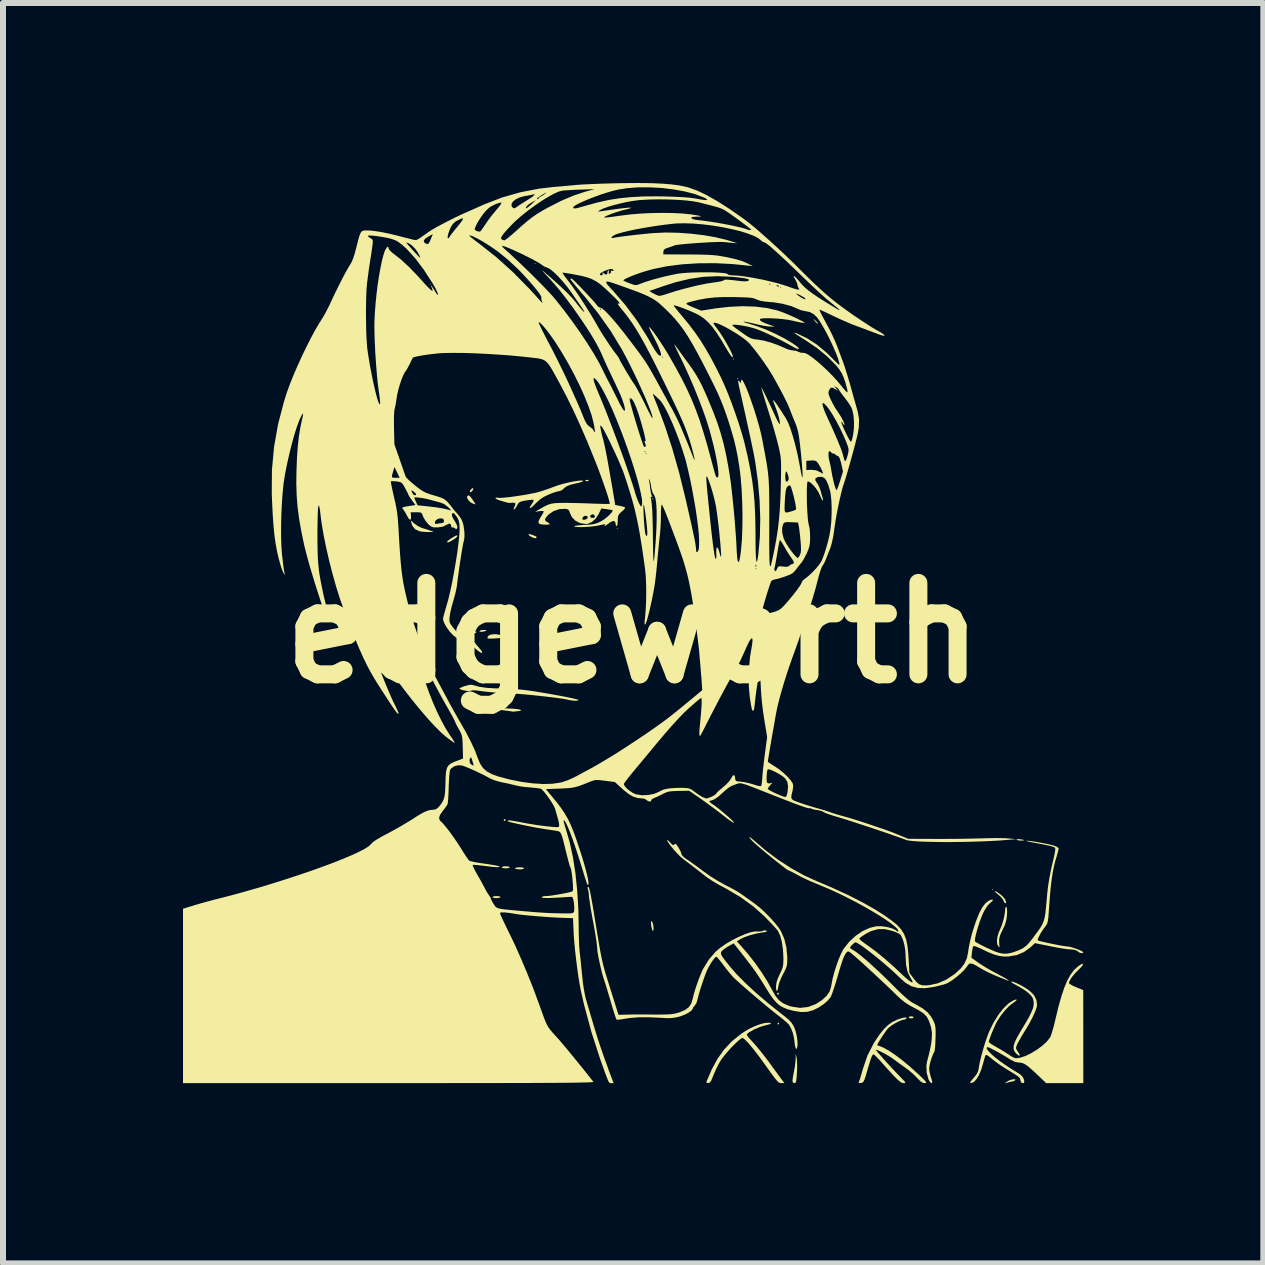
<source format=kicad_pcb>
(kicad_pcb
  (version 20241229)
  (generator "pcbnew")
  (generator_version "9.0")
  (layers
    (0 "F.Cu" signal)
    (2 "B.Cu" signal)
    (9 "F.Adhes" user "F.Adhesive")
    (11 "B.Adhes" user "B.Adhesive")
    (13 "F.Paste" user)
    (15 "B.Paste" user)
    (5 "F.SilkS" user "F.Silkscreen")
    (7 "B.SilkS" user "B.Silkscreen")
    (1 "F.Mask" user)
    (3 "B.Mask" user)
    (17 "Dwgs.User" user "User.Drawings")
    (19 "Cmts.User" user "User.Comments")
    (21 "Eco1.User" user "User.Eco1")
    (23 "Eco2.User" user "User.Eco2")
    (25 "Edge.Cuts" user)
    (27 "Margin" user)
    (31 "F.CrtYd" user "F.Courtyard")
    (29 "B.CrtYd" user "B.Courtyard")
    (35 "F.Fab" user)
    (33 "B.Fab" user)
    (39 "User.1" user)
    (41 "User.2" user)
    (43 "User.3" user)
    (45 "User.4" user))
  (footprint "edgeworth"
    (layer "F.Cu")
    (at 7.502 7.499)
    (property "Reference" "edgeworth" (at 0 0 0) (layer "F.SilkS") (effects (font (size 1.524 1.524) (thickness 0.3))))
    (attr board_only exclude_from_pos_files exclude_from_bom)
    (fp_poly (pts (xy -3.374 -5.815) (xy -3.383 -5.806) (xy -3.391 -5.815) (xy -3.383 -5.823)) (stroke (width 0) (type solid)) (fill yes) (layer "F.SilkS"))
    (fp_poly (pts (xy -1.627 -6.157) (xy -1.636 -6.149) (xy -1.644 -6.157) (xy -1.636 -6.166)) (stroke (width 0) (type solid)) (fill yes) (layer "F.SilkS"))
    (fp_poly (pts (xy -0.257 -1.738) (xy -0.265 -1.73) (xy -0.274 -1.738) (xy -0.265 -1.747)) (stroke (width 0) (type solid)) (fill yes) (layer "F.SilkS"))
    (fp_poly (pts (xy -0.034 -3.896) (xy -0.043 -3.888) (xy -0.051 -3.896) (xy -0.043 -3.905)) (stroke (width 0) (type solid)) (fill yes) (layer "F.SilkS"))
    (fp_poly (pts (xy 1.678 -4.564) (xy 1.67 -4.556) (xy 1.661 -4.564) (xy 1.67 -4.573)) (stroke (width 0) (type solid)) (fill yes) (layer "F.SilkS"))
    (fp_poly (pts (xy 1.747 -4.239) (xy 1.738 -4.23) (xy 1.73 -4.239) (xy 1.738 -4.248)) (stroke (width 0) (type solid)) (fill yes) (layer "F.SilkS"))
    (fp_poly (pts (xy 5.995 4.273) (xy 5.986 4.282) (xy 5.977 4.273) (xy 5.986 4.265)) (stroke (width 0) (type solid)) (fill yes) (layer "F.SilkS"))
    (fp_poly (pts (xy 0.337 -2.238) (xy 0.334 -2.228) (xy 0.325 -2.227) (xy 0.311 -2.233) (xy 0.314 -2.238) (xy 0.334 -2.24)) (stroke (width 0) (type solid)) (fill yes) (layer "F.SilkS"))
    (fp_poly (pts (xy -0.741 -2.548) (xy -0.743 -2.538) (xy -0.762 -2.529) (xy -0.789 -2.529) (xy -0.797 -2.536) (xy -0.791 -2.549) (xy -0.772 -2.552)) (stroke (width 0) (type solid)) (fill yes) (layer "F.SilkS"))
    (fp_poly (pts (xy -2.124 3.113) (xy -2.124 3.117) (xy -2.137 3.134) (xy -2.141 3.134) (xy -2.158 3.121) (xy -2.158 3.117) (xy -2.145 3.101) (xy -2.141 3.1)) (stroke (width 0) (type solid)) (fill yes) (layer "F.SilkS"))
    (fp_poly (pts (xy 2.432 6.008) (xy 2.432 6.012) (xy 2.419 6.028) (xy 2.415 6.029) (xy 2.398 6.016) (xy 2.398 6.012) (xy 2.411 5.995) (xy 2.415 5.995)) (stroke (width 0) (type solid)) (fill yes) (layer "F.SilkS"))
    (fp_poly (pts (xy 2.432 6.505) (xy 2.432 6.508) (xy 2.419 6.525) (xy 2.414 6.526) (xy 2.404 6.515) (xy 2.406 6.508) (xy 2.422 6.492) (xy 2.425 6.491)) (stroke (width 0) (type solid)) (fill yes) (layer "F.SilkS"))
    (fp_poly (pts (xy 4.665 6.394) (xy 4.676 6.406) (xy 4.661 6.419) (xy 4.633 6.423) (xy 4.601 6.417) (xy 4.59 6.406) (xy 4.605 6.393) (xy 4.633 6.389)) (stroke (width 0) (type solid)) (fill yes) (layer "F.SilkS"))
    (fp_poly (pts (xy -2.663 -2.403) (xy -2.672 -2.381) (xy -2.693 -2.355) (xy -2.714 -2.346) (xy -2.723 -2.36) (xy -2.723 -2.36) (xy -2.711 -2.385) (xy -2.685 -2.408) (xy -2.668 -2.415)) (stroke (width 0) (type solid)) (fill yes) (layer "F.SilkS"))
    (fp_poly (pts (xy -2.449 -0.048) (xy -2.442 -0.043) (xy -2.458 -0.034) (xy -2.498 -0.022) (xy -2.535 -0.019) (xy -2.559 -0.024) (xy -2.561 -0.034) (xy -2.538 -0.045) (xy -2.496 -0.05) (xy -2.487 -0.05)) (stroke (width 0) (type solid)) (fill yes) (layer "F.SilkS"))
    (fp_poly (pts (xy 3.016 -5.226) (xy 3.036 -5.208) (xy 3.073 -5.173) (xy 3.083 -5.157) (xy 3.079 -5.156) (xy 3.063 -5.164) (xy 3.057 -5.168) (xy 3.034 -5.191) (xy 3.015 -5.215) (xy 3.004 -5.232)) (stroke (width 0) (type solid)) (fill yes) (layer "F.SilkS"))
    (fp_poly (pts (xy 6.441 3.436) (xy 6.453 3.438) (xy 6.504 3.447) (xy 6.521 3.454) (xy 6.505 3.458) (xy 6.46 3.46) (xy 6.416 3.456) (xy 6.391 3.448) (xy 6.389 3.444) (xy 6.403 3.436)) (stroke (width 0) (type solid)) (fill yes) (layer "F.SilkS"))
    (fp_poly (pts (xy -2.626 -0.024) (xy -2.612 -0.02) (xy -2.613 -0.009) (xy -2.638 0.002) (xy -2.693 0.013) (xy -2.736 0.014) (xy -2.757 0.005) (xy -2.758 0.002) (xy -2.743 -0.009) (xy -2.707 -0.019) (xy -2.664 -0.024)) (stroke (width 0) (type solid)) (fill yes) (layer "F.SilkS"))
    (fp_poly (pts (xy 6.37 7.442) (xy 6.371 7.446) (xy 6.357 7.462) (xy 6.324 7.473) (xy 6.271 7.484) (xy 6.234 7.494) (xy 6.192 7.506) (xy 6.229 7.478) (xy 6.267 7.457) (xy 6.311 7.442) (xy 6.349 7.436)) (stroke (width 0) (type solid)) (fill yes) (layer "F.SilkS"))
    (fp_poly (pts (xy -2.235 4.388) (xy -2.211 4.398) (xy -2.209 4.402) (xy -2.225 4.412) (xy -2.263 4.418) (xy -2.278 4.419) (xy -2.321 4.415) (xy -2.345 4.406) (xy -2.346 4.402) (xy -2.331 4.391) (xy -2.293 4.385) (xy -2.278 4.385)) (stroke (width 0) (type solid)) (fill yes) (layer "F.SilkS"))
    (fp_poly (pts (xy -2.081 3.892) (xy -2.057 3.901) (xy -2.055 3.905) (xy -2.07 3.916) (xy -2.108 3.922) (xy -2.124 3.922) (xy -2.167 3.918) (xy -2.191 3.909) (xy -2.192 3.905) (xy -2.177 3.894) (xy -2.139 3.888) (xy -2.124 3.888)) (stroke (width 0) (type solid)) (fill yes) (layer "F.SilkS"))
    (fp_poly (pts (xy -1.847 3.908) (xy -1.819 3.917) (xy -1.816 3.922) (xy -1.831 3.932) (xy -1.87 3.939) (xy -1.893 3.939) (xy -1.939 3.936) (xy -1.966 3.927) (xy -1.97 3.922) (xy -1.954 3.912) (xy -1.916 3.906) (xy -1.893 3.905)) (stroke (width 0) (type solid)) (fill yes) (layer "F.SilkS"))
    (fp_poly (pts (xy -1.685 -1.636) (xy -1.644 -1.619) (xy -1.619 -1.61) (xy -1.616 -1.61) (xy -1.61 -1.597) (xy -1.61 -1.593) (xy -1.623 -1.578) (xy -1.658 -1.584) (xy -1.7 -1.603) (xy -1.738 -1.629) (xy -1.745 -1.646) (xy -1.723 -1.648)) (stroke (width 0) (type solid)) (fill yes) (layer "F.SilkS"))
    (fp_poly (pts (xy 0.317 4.813) (xy 0.331 4.853) (xy 0.335 4.872) (xy 0.34 4.918) (xy 0.338 4.952) (xy 0.331 4.965) (xy 0.322 4.958) (xy 0.313 4.932) (xy 0.303 4.886) (xy 0.3 4.866) (xy 0.296 4.819) (xy 0.303 4.801)) (stroke (width 0) (type solid)) (fill yes) (layer "F.SilkS"))
    (fp_poly (pts (xy -2.926 -1.619) (xy -2.939 -1.599) (xy -2.972 -1.571) (xy -3.003 -1.551) (xy -3.056 -1.521) (xy -3.085 -1.509) (xy -3.098 -1.513) (xy -3.1 -1.523) (xy -3.087 -1.538) (xy -3.054 -1.563) (xy -3.012 -1.59) (xy -2.971 -1.614) (xy -2.943 -1.626) (xy -2.939 -1.627)) (stroke (width 0) (type solid)) (fill yes) (layer "F.SilkS"))
    (fp_poly (pts (xy -2.728 -2.286) (xy -2.698 -2.253) (xy -2.674 -2.218) (xy -2.646 -2.176) (xy -2.628 -2.149) (xy -2.625 -2.143) (xy -2.643 -2.148) (xy -2.67 -2.156) (xy -2.707 -2.176) (xy -2.742 -2.209) (xy -2.765 -2.245) (xy -2.768 -2.274) (xy -2.767 -2.276) (xy -2.75 -2.293)) (stroke (width 0) (type solid)) (fill yes) (layer "F.SilkS"))
    (fp_poly (pts (xy -2.259 0.024) (xy -2.202 0.036) (xy -2.16 0.051) (xy -2.14 0.066) (xy -2.141 0.074) (xy -2.161 0.078) (xy -2.206 0.083) (xy -2.269 0.089) (xy -2.292 0.09) (xy -2.362 0.094) (xy -2.404 0.094) (xy -2.424 0.089) (xy -2.429 0.078) (xy -2.429 0.072) (xy -2.407 0.042) (xy -2.359 0.024) (xy -2.294 0.02)) (stroke (width 0) (type solid)) (fill yes) (layer "F.SilkS"))
    (fp_poly (pts (xy 6.066 4.319) (xy 6.113 4.351) (xy 6.158 4.39) (xy 6.192 4.43) (xy 6.201 4.446) (xy 6.214 4.485) (xy 6.215 4.501) (xy 6.202 4.505) (xy 6.2 4.505) (xy 6.184 4.49) (xy 6.173 4.463) (xy 6.154 4.429) (xy 6.116 4.388) (xy 6.084 4.36) (xy 6.04 4.323) (xy 6.024 4.303) (xy 6.033 4.302)) (stroke (width 0) (type solid)) (fill yes) (layer "F.SilkS"))
    (fp_poly (pts (xy -3.643 -1.821) (xy -3.587 -1.782) (xy -3.525 -1.752) (xy -3.507 -1.746) (xy -3.453 -1.73) (xy -3.409 -1.715) (xy -3.4 -1.712) (xy -3.354 -1.696) (xy -3.331 -1.69) (xy -3.328 -1.686) (xy -3.354 -1.683) (xy -3.4 -1.682) (xy -3.467 -1.684) (xy -3.53 -1.69) (xy -3.56 -1.696) (xy -3.631 -1.727) (xy -3.678 -1.783) (xy -3.693 -1.824) (xy -3.705 -1.875)) (stroke (width 0) (type solid)) (fill yes) (layer "F.SilkS"))
    (fp_poly (pts (xy 2.725 7.082) (xy 2.73 7.129) (xy 2.733 7.199) (xy 2.732 7.28) (xy 2.729 7.326) (xy 2.724 7.406) (xy 2.719 7.457) (xy 2.711 7.486) (xy 2.701 7.499) (xy 2.687 7.502) (xy 2.661 7.49) (xy 2.655 7.463) (xy 2.659 7.427) (xy 2.668 7.371) (xy 2.681 7.305) (xy 2.694 7.229) (xy 2.704 7.152) (xy 2.708 7.099) (xy 2.71 7.014)) (stroke (width 0) (type solid)) (fill yes) (layer "F.SilkS"))
    (fp_poly (pts (xy -2.066 1.259) (xy -2 1.262) (xy -1.939 1.268) (xy -1.892 1.276) (xy -1.868 1.284) (xy -1.867 1.287) (xy -1.882 1.298) (xy -1.908 1.302) (xy -1.95 1.305) (xy -1.973 1.309) (xy -2.005 1.312) (xy -2.012 1.31) (xy -2.038 1.305) (xy -2.086 1.298) (xy -2.132 1.293) (xy -2.187 1.285) (xy -2.211 1.277) (xy -2.208 1.267) (xy -2.205 1.265) (xy -2.177 1.259) (xy -2.128 1.257)) (stroke (width 0) (type solid)) (fill yes) (layer "F.SilkS"))
    (fp_poly (pts (xy 6.22 4.566) (xy 6.23 4.591) (xy 6.232 4.649) (xy 6.23 4.701) (xy 6.219 4.784) (xy 6.198 4.858) (xy 6.161 4.939) (xy 6.157 4.948) (xy 6.124 5.017) (xy 6.106 5.07) (xy 6.099 5.117) (xy 6.1 5.156) (xy 6.103 5.205) (xy 6.105 5.235) (xy 6.105 5.241) (xy 6.094 5.231) (xy 6.084 5.22) (xy 6.066 5.182) (xy 6.063 5.123) (xy 6.073 5.053) (xy 6.095 4.983) (xy 6.108 4.957) (xy 6.143 4.873) (xy 6.173 4.775) (xy 6.193 4.678) (xy 6.2 4.611) (xy 6.205 4.571) (xy 6.219 4.565)) (stroke (width 0) (type solid)) (fill yes) (layer "F.SilkS"))
    (fp_poly (pts (xy -2.658 0.871) (xy -2.568 0.896) (xy -2.447 0.914) (xy -2.298 0.923) (xy -2.196 0.925) (xy -2.083 0.928) (xy -1.953 0.936) (xy -1.822 0.949) (xy -1.741 0.959) (xy -1.632 0.975) (xy -1.517 0.994) (xy -1.399 1.014) (xy -1.283 1.035) (xy -1.175 1.055) (xy -1.079 1.074) (xy -0.999 1.091) (xy -0.942 1.105) (xy -0.912 1.115) (xy -0.908 1.118) (xy -0.923 1.126) (xy -0.961 1.129) (xy -1.012 1.126) (xy -1.064 1.118) (xy -1.088 1.113) (xy -1.136 1.102) (xy -1.213 1.09) (xy -1.312 1.077) (xy -1.428 1.063) (xy -1.554 1.049) (xy -1.685 1.035) (xy -1.814 1.023) (xy -1.937 1.013) (xy -2.046 1.005) (xy -2.124 1.001) (xy -2.232 0.996) (xy -2.34 0.989) (xy -2.438 0.98) (xy -2.516 0.971) (xy -2.543 0.967) (xy -2.625 0.956) (xy -2.677 0.955) (xy -2.701 0.962) (xy -2.727 0.968) (xy -2.77 0.966) (xy -2.82 0.957) (xy -2.864 0.945) (xy -2.891 0.932) (xy -2.895 0.926) (xy -2.88 0.914) (xy -2.841 0.897) (xy -2.8 0.883) (xy -2.735 0.866) (xy -2.69 0.863)) (stroke (width 0) (type solid)) (fill yes) (layer "F.SilkS"))
    (fp_poly (pts (xy 6.329 5.813) (xy 6.38 5.832) (xy 6.443 5.862) (xy 6.512 5.9) (xy 6.578 5.942) (xy 6.604 5.961) (xy 6.678 6.033) (xy 6.72 6.116) (xy 6.731 6.199) (xy 6.722 6.246) (xy 6.697 6.316) (xy 6.658 6.401) (xy 6.609 6.496) (xy 6.552 6.594) (xy 6.528 6.632) (xy 6.483 6.705) (xy 6.443 6.775) (xy 6.412 6.831) (xy 6.398 6.859) (xy 6.382 6.902) (xy 6.382 6.931) (xy 6.401 6.963) (xy 6.414 6.981) (xy 6.44 7.024) (xy 6.442 7.045) (xy 6.422 7.041) (xy 6.384 7.009) (xy 6.383 7.008) (xy 6.354 6.971) (xy 6.34 6.93) (xy 6.341 6.883) (xy 6.359 6.823) (xy 6.395 6.747) (xy 6.45 6.65) (xy 6.48 6.6) (xy 6.55 6.483) (xy 6.603 6.389) (xy 6.639 6.314) (xy 6.663 6.255) (xy 6.674 6.205) (xy 6.676 6.161) (xy 6.675 6.15) (xy 6.665 6.099) (xy 6.644 6.059) (xy 6.604 6.016) (xy 6.589 6.002) (xy 6.533 5.958) (xy 6.461 5.912) (xy 6.395 5.875) (xy 6.343 5.847) (xy 6.308 5.825) (xy 6.298 5.812) (xy 6.3 5.81)) (stroke (width 0) (type solid)) (fill yes) (layer "F.SilkS"))
    (fp_poly (pts (xy 2.291 6.5) (xy 2.297 6.51) (xy 2.273 6.521) (xy 2.216 6.535) (xy 2.214 6.536) (xy 2.118 6.564) (xy 2.02 6.605) (xy 1.936 6.653) (xy 1.912 6.67) (xy 1.898 6.683) (xy 1.896 6.698) (xy 1.907 6.719) (xy 1.935 6.754) (xy 1.983 6.806) (xy 1.999 6.824) (xy 2.053 6.885) (xy 2.119 6.965) (xy 2.19 7.055) (xy 2.26 7.147) (xy 2.284 7.18) (xy 2.342 7.26) (xy 2.396 7.334) (xy 2.442 7.396) (xy 2.474 7.44) (xy 2.485 7.455) (xy 2.521 7.502) (xy 2.472 7.501) (xy 2.454 7.5) (xy 2.437 7.496) (xy 2.42 7.484) (xy 2.398 7.463) (xy 2.369 7.428) (xy 2.33 7.377) (xy 2.277 7.305) (xy 2.208 7.209) (xy 2.19 7.184) (xy 2.101 7.061) (xy 2.02 6.955) (xy 1.949 6.868) (xy 1.891 6.804) (xy 1.847 6.763) (xy 1.82 6.748) (xy 1.82 6.748) (xy 1.795 6.761) (xy 1.754 6.794) (xy 1.702 6.843) (xy 1.643 6.902) (xy 1.584 6.966) (xy 1.53 7.029) (xy 1.485 7.086) (xy 1.468 7.11) (xy 1.427 7.178) (xy 1.387 7.258) (xy 1.343 7.357) (xy 1.3 7.463) (xy 1.273 7.495) (xy 1.249 7.502) (xy 1.222 7.494) (xy 1.222 7.477) (xy 1.311 7.271) (xy 1.408 7.093) (xy 1.518 6.94) (xy 1.644 6.806) (xy 1.79 6.688) (xy 1.87 6.634) (xy 1.955 6.586) (xy 2.045 6.546) (xy 2.132 6.515) (xy 2.21 6.498) (xy 2.27 6.495)) (stroke (width 0) (type solid)) (fill yes) (layer "F.SilkS"))
    (fp_poly (pts (xy -0.835 -2.537) (xy -0.83 -2.533) (xy -0.842 -2.524) (xy -0.88 -2.511) (xy -0.937 -2.496) (xy -0.963 -2.49) (xy -1.043 -2.471) (xy -1.098 -2.45) (xy -1.136 -2.426) (xy -1.15 -2.412) (xy -1.189 -2.38) (xy -1.227 -2.364) (xy -1.233 -2.364) (xy -1.265 -2.357) (xy -1.319 -2.341) (xy -1.384 -2.317) (xy -1.401 -2.31) (xy -1.486 -2.27) (xy -1.553 -2.226) (xy -1.616 -2.168) (xy -1.623 -2.161) (xy -1.671 -2.113) (xy -1.706 -2.086) (xy -1.725 -2.08) (xy -1.723 -2.096) (xy -1.7 -2.133) (xy -1.689 -2.148) (xy -1.665 -2.186) (xy -1.658 -2.212) (xy -1.661 -2.218) (xy -1.685 -2.22) (xy -1.732 -2.216) (xy -1.79 -2.208) (xy -1.851 -2.196) (xy -1.889 -2.183) (xy -1.912 -2.163) (xy -1.933 -2.129) (xy -1.936 -2.122) (xy -1.961 -2.081) (xy -1.982 -2.058) (xy -1.988 -2.055) (xy -1.992 -2.068) (xy -1.981 -2.1) (xy -1.978 -2.107) (xy -1.962 -2.143) (xy -1.963 -2.16) (xy -1.978 -2.169) (xy -2.016 -2.172) (xy -2.029 -2.169) (xy -2.063 -2.167) (xy -2.102 -2.174) (xy -2.15 -2.188) (xy -2.208 -2.204) (xy -2.222 -2.208) (xy -2.267 -2.225) (xy -2.292 -2.242) (xy -2.293 -2.254) (xy -2.268 -2.256) (xy -2.245 -2.253) (xy -2.21 -2.251) (xy -2.147 -2.256) (xy -2.065 -2.264) (xy -1.97 -2.277) (xy -1.868 -2.292) (xy -1.767 -2.309) (xy -1.673 -2.327) (xy -1.612 -2.34) (xy -1.548 -2.357) (xy -1.466 -2.384) (xy -1.378 -2.415) (xy -1.33 -2.433) (xy -1.255 -2.46) (xy -1.17 -2.485) (xy -1.082 -2.507) (xy -0.998 -2.524) (xy -0.924 -2.536) (xy -0.868 -2.541)) (stroke (width 0) (type solid)) (fill yes) (layer "F.SilkS"))
    (fp_poly (pts (xy 0.601 3.475) (xy 0.618 3.494) (xy 0.654 3.529) (xy 0.675 3.537) (xy 0.679 3.533) (xy 0.697 3.513) (xy 0.703 3.511) (xy 0.72 3.525) (xy 0.745 3.56) (xy 0.772 3.605) (xy 0.794 3.649) (xy 0.805 3.683) (xy 0.805 3.688) (xy 0.819 3.711) (xy 0.854 3.744) (xy 0.896 3.774) (xy 0.945 3.807) (xy 1.012 3.855) (xy 1.09 3.911) (xy 1.168 3.97) (xy 1.173 3.973) (xy 1.284 4.053) (xy 1.404 4.128) (xy 1.518 4.192) (xy 1.54 4.203) (xy 1.624 4.246) (xy 1.706 4.292) (xy 1.778 4.335) (xy 1.816 4.361) (xy 1.88 4.407) (xy 1.955 4.461) (xy 2.021 4.508) (xy 2.102 4.571) (xy 2.19 4.65) (xy 2.278 4.739) (xy 2.359 4.829) (xy 2.425 4.912) (xy 2.463 4.97) (xy 2.517 5.093) (xy 2.553 5.238) (xy 2.568 5.396) (xy 2.569 5.428) (xy 2.567 5.495) (xy 2.561 5.546) (xy 2.544 5.594) (xy 2.516 5.652) (xy 2.5 5.68) (xy 2.466 5.75) (xy 2.438 5.82) (xy 2.422 5.877) (xy 2.421 5.883) (xy 2.41 5.94) (xy 2.398 5.966) (xy 2.388 5.961) (xy 2.381 5.923) (xy 2.381 5.895) (xy 2.387 5.832) (xy 2.408 5.764) (xy 2.443 5.687) (xy 2.474 5.622) (xy 2.492 5.572) (xy 2.501 5.522) (xy 2.504 5.458) (xy 2.504 5.415) (xy 2.497 5.277) (xy 2.479 5.153) (xy 2.452 5.05) (xy 2.417 4.973) (xy 2.407 4.957) (xy 2.377 4.922) (xy 2.329 4.869) (xy 2.269 4.806) (xy 2.204 4.739) (xy 2.195 4.729) (xy 2.007 4.56) (xy 1.79 4.403) (xy 1.549 4.26) (xy 1.496 4.232) (xy 1.412 4.187) (xy 1.327 4.136) (xy 1.253 4.088) (xy 1.218 4.063) (xy 1.153 4.012) (xy 1.081 3.956) (xy 1.007 3.899) (xy 0.938 3.846) (xy 0.88 3.802) (xy 0.839 3.771) (xy 0.825 3.759) (xy 0.785 3.726) (xy 0.737 3.677) (xy 0.686 3.621) (xy 0.638 3.563) (xy 0.598 3.511) (xy 0.572 3.472) (xy 0.566 3.454) (xy 0.576 3.453)) (stroke (width 0) (type solid)) (fill yes) (layer "F.SilkS"))
    (fp_poly (pts (xy 4.553 6.414) (xy 4.556 6.423) (xy 4.542 6.437) (xy 4.526 6.44) (xy 4.481 6.45) (xy 4.421 6.475) (xy 4.355 6.51) (xy 4.294 6.55) (xy 4.249 6.587) (xy 4.24 6.597) (xy 4.207 6.641) (xy 4.166 6.701) (xy 4.126 6.762) (xy 4.091 6.818) (xy 4.073 6.851) (xy 4.07 6.868) (xy 4.081 6.877) (xy 4.097 6.881) (xy 4.169 6.91) (xy 4.261 6.961) (xy 4.367 7.032) (xy 4.484 7.12) (xy 4.608 7.223) (xy 4.735 7.337) (xy 4.778 7.377) (xy 4.835 7.432) (xy 4.869 7.468) (xy 4.884 7.489) (xy 4.882 7.499) (xy 4.866 7.501) (xy 4.859 7.502) (xy 4.825 7.495) (xy 4.788 7.471) (xy 4.74 7.424) (xy 4.723 7.406) (xy 4.661 7.345) (xy 4.588 7.283) (xy 4.531 7.241) (xy 4.467 7.196) (xy 4.402 7.149) (xy 4.357 7.115) (xy 4.316 7.086) (xy 4.262 7.051) (xy 4.201 7.016) (xy 4.141 6.984) (xy 4.09 6.96) (xy 4.055 6.946) (xy 4.044 6.946) (xy 4.053 6.96) (xy 4.081 6.995) (xy 4.125 7.045) (xy 4.18 7.107) (xy 4.242 7.176) (xy 4.308 7.247) (xy 4.373 7.316) (xy 4.433 7.379) (xy 4.457 7.403) (xy 4.504 7.452) (xy 4.53 7.481) (xy 4.536 7.496) (xy 4.526 7.501) (xy 4.508 7.502) (xy 4.487 7.499) (xy 4.463 7.488) (xy 4.433 7.466) (xy 4.394 7.431) (xy 4.343 7.379) (xy 4.277 7.308) (xy 4.193 7.215) (xy 4.155 7.172) (xy 4.102 7.113) (xy 4.055 7.065) (xy 4.022 7.033) (xy 4.006 7.022) (xy 3.993 7.029) (xy 3.979 7.052) (xy 3.962 7.095) (xy 3.94 7.162) (xy 3.912 7.256) (xy 3.898 7.305) (xy 3.874 7.386) (xy 3.856 7.44) (xy 3.841 7.473) (xy 3.826 7.49) (xy 3.808 7.497) (xy 3.796 7.499) (xy 3.764 7.5) (xy 3.758 7.488) (xy 3.765 7.473) (xy 3.776 7.444) (xy 3.793 7.39) (xy 3.813 7.321) (xy 3.827 7.271) (xy 3.904 7.044) (xy 4.012 6.832) (xy 4.102 6.697) (xy 4.178 6.603) (xy 4.247 6.534) (xy 4.32 6.483) (xy 4.402 6.444) (xy 4.414 6.44) (xy 4.486 6.416) (xy 4.532 6.407)) (stroke (width 0) (type solid)) (fill yes) (layer "F.SilkS"))
    (fp_poly (pts (xy 7.499 5.52) (xy 7.485 5.547) (xy 7.446 5.59) (xy 7.419 5.616) (xy 7.36 5.676) (xy 7.31 5.737) (xy 7.276 5.792) (xy 7.262 5.833) (xy 7.262 5.835) (xy 7.277 5.85) (xy 7.316 5.873) (xy 7.371 5.899) (xy 7.382 5.903) (xy 7.501 5.952) (xy 7.502 7.502) (xy 6.883 7.502) (xy 6.743 7.368) (xy 6.659 7.291) (xy 6.595 7.234) (xy 6.544 7.196) (xy 6.502 7.173) (xy 6.465 7.162) (xy 6.428 7.159) (xy 6.363 7.148) (xy 6.29 7.111) (xy 6.277 7.103) (xy 6.22 7.067) (xy 6.153 7.027) (xy 6.082 6.987) (xy 6.015 6.951) (xy 5.959 6.922) (xy 5.921 6.905) (xy 5.91 6.902) (xy 5.89 6.911) (xy 5.896 6.936) (xy 5.925 6.973) (xy 5.973 7.022) (xy 6.038 7.078) (xy 6.117 7.139) (xy 6.206 7.202) (xy 6.302 7.265) (xy 6.382 7.314) (xy 6.446 7.354) (xy 6.485 7.39) (xy 6.507 7.428) (xy 6.515 7.455) (xy 6.519 7.489) (xy 6.505 7.501) (xy 6.493 7.502) (xy 6.465 7.49) (xy 6.454 7.455) (xy 6.451 7.437) (xy 6.444 7.42) (xy 6.429 7.403) (xy 6.402 7.381) (xy 6.358 7.352) (xy 6.294 7.312) (xy 6.204 7.257) (xy 6.198 7.253) (xy 6.124 7.206) (xy 6.05 7.153) (xy 5.989 7.106) (xy 5.974 7.093) (xy 5.928 7.056) (xy 5.893 7.034) (xy 5.876 7.033) (xy 5.865 7.056) (xy 5.851 7.103) (xy 5.834 7.165) (xy 5.831 7.176) (xy 5.8 7.28) (xy 5.762 7.369) (xy 5.719 7.439) (xy 5.674 7.485) (xy 5.631 7.502) (xy 5.63 7.502) (xy 5.617 7.497) (xy 5.621 7.481) (xy 5.647 7.448) (xy 5.674 7.417) (xy 5.72 7.36) (xy 5.746 7.311) (xy 5.759 7.257) (xy 5.76 7.25) (xy 5.775 7.162) (xy 5.801 7.053) (xy 5.834 6.933) (xy 5.871 6.813) (xy 5.909 6.704) (xy 5.935 6.638) (xy 6.006 6.493) (xy 6.086 6.364) (xy 6.171 6.256) (xy 6.257 6.173) (xy 6.322 6.131) (xy 6.37 6.11) (xy 6.392 6.109) (xy 6.386 6.124) (xy 6.352 6.152) (xy 6.331 6.166) (xy 6.265 6.218) (xy 6.194 6.292) (xy 6.126 6.378) (xy 6.068 6.467) (xy 6.051 6.498) (xy 6.025 6.554) (xy 5.996 6.621) (xy 5.968 6.689) (xy 5.945 6.751) (xy 5.93 6.797) (xy 5.926 6.816) (xy 5.94 6.831) (xy 5.977 6.857) (xy 6.03 6.888) (xy 6.042 6.895) (xy 6.118 6.938) (xy 6.2 6.988) (xy 6.26 7.027) (xy 6.314 7.062) (xy 6.351 7.081) (xy 6.383 7.087) (xy 6.422 7.083) (xy 6.453 7.077) (xy 6.538 7.05) (xy 6.632 7.004) (xy 6.729 6.945) (xy 6.818 6.879) (xy 6.893 6.81) (xy 6.945 6.745) (xy 6.953 6.731) (xy 6.968 6.692) (xy 6.988 6.628) (xy 7.011 6.547) (xy 7.033 6.457) (xy 7.038 6.436) (xy 7.087 6.231) (xy 7.136 6.058) (xy 7.184 5.913) (xy 7.234 5.795) (xy 7.287 5.699) (xy 7.343 5.623) (xy 7.403 5.565) (xy 7.405 5.564) (xy 7.458 5.526) (xy 7.49 5.512)) (stroke (width 0) (type solid)) (fill yes) (layer "F.SilkS"))
    (fp_poly (pts (xy 1.947 3.404) (xy 1.976 3.425) (xy 2.008 3.453) (xy 2.207 3.623) (xy 2.418 3.781) (xy 2.634 3.921) (xy 2.847 4.039) (xy 3.014 4.116) (xy 3.314 4.244) (xy 3.582 4.367) (xy 3.819 4.488) (xy 4.027 4.605) (xy 4.177 4.7) (xy 4.298 4.785) (xy 4.393 4.861) (xy 4.463 4.936) (xy 4.514 5.016) (xy 4.549 5.106) (xy 4.571 5.214) (xy 4.585 5.347) (xy 4.59 5.423) (xy 4.603 5.664) (xy 4.676 5.761) (xy 4.723 5.819) (xy 4.767 5.854) (xy 4.816 5.871) (xy 4.881 5.873) (xy 4.942 5.868) (xy 5.079 5.838) (xy 5.217 5.778) (xy 5.35 5.69) (xy 5.374 5.67) (xy 5.462 5.588) (xy 5.522 5.508) (xy 5.561 5.421) (xy 5.583 5.317) (xy 5.585 5.296) (xy 5.596 5.225) (xy 5.616 5.134) (xy 5.64 5.036) (xy 5.662 4.958) (xy 5.715 4.799) (xy 5.766 4.672) (xy 5.817 4.575) (xy 5.87 4.506) (xy 5.924 4.463) (xy 5.928 4.461) (xy 5.973 4.444) (xy 5.995 4.446) (xy 5.99 4.464) (xy 5.957 4.493) (xy 5.908 4.541) (xy 5.857 4.62) (xy 5.837 4.659) (xy 5.809 4.723) (xy 5.78 4.799) (xy 5.752 4.883) (xy 5.728 4.965) (xy 5.709 5.039) (xy 5.697 5.099) (xy 5.695 5.136) (xy 5.697 5.142) (xy 5.716 5.156) (xy 5.76 5.18) (xy 5.822 5.212) (xy 5.897 5.249) (xy 5.907 5.253) (xy 6.012 5.301) (xy 6.097 5.331) (xy 6.168 5.345) (xy 6.234 5.344) (xy 6.304 5.33) (xy 6.348 5.316) (xy 6.431 5.286) (xy 6.496 5.254) (xy 6.55 5.214) (xy 6.603 5.159) (xy 6.663 5.082) (xy 6.675 5.065) (xy 6.728 4.994) (xy 6.77 4.936) (xy 6.803 4.886) (xy 6.827 4.839) (xy 6.846 4.789) (xy 6.86 4.732) (xy 6.871 4.662) (xy 6.88 4.573) (xy 6.891 4.46) (xy 6.902 4.331) (xy 6.913 4.233) (xy 6.931 4.117) (xy 6.953 3.998) (xy 6.973 3.903) (xy 6.999 3.792) (xy 7.018 3.71) (xy 7.029 3.652) (xy 7.035 3.614) (xy 7.034 3.59) (xy 7.026 3.577) (xy 7.014 3.569) (xy 6.995 3.562) (xy 6.994 3.561) (xy 6.958 3.551) (xy 6.897 3.537) (xy 6.82 3.521) (xy 6.744 3.507) (xy 6.667 3.493) (xy 6.604 3.48) (xy 6.563 3.47) (xy 6.55 3.464) (xy 6.55 3.464) (xy 6.57 3.463) (xy 6.616 3.467) (xy 6.68 3.476) (xy 6.756 3.489) (xy 6.834 3.503) (xy 6.908 3.518) (xy 6.971 3.532) (xy 7.001 3.54) (xy 7.055 3.561) (xy 7.086 3.582) (xy 7.091 3.592) (xy 7.086 3.62) (xy 7.073 3.669) (xy 7.058 3.722) (xy 7.031 3.813) (xy 7.009 3.906) (xy 6.99 4.006) (xy 6.973 4.119) (xy 6.958 4.25) (xy 6.944 4.403) (xy 6.931 4.584) (xy 6.926 4.648) (xy 6.92 4.735) (xy 6.912 4.796) (xy 6.901 4.838) (xy 6.886 4.867) (xy 6.877 4.879) (xy 6.839 4.931) (xy 6.801 4.988) (xy 6.77 5.044) (xy 6.748 5.089) (xy 6.741 5.118) (xy 6.743 5.122) (xy 6.764 5.13) (xy 6.811 5.143) (xy 6.877 5.158) (xy 6.954 5.175) (xy 7.034 5.191) (xy 7.11 5.206) (xy 7.174 5.217) (xy 7.219 5.223) (xy 7.231 5.224) (xy 7.272 5.229) (xy 7.327 5.244) (xy 7.387 5.264) (xy 7.442 5.286) (xy 7.483 5.306) (xy 7.501 5.322) (xy 7.501 5.324) (xy 7.489 5.335) (xy 7.46 5.334) (xy 7.43 5.322) (xy 7.416 5.31) (xy 7.389 5.292) (xy 7.343 5.278) (xy 7.292 5.273) (xy 7.278 5.273) (xy 7.246 5.271) (xy 7.188 5.263) (xy 7.11 5.251) (xy 7.019 5.234) (xy 6.965 5.223) (xy 6.696 5.169) (xy 6.622 5.238) (xy 6.514 5.317) (xy 6.393 5.368) (xy 6.256 5.391) (xy 6.177 5.392) (xy 6.101 5.382) (xy 6.02 5.36) (xy 5.925 5.323) (xy 5.81 5.268) (xy 5.8 5.263) (xy 5.742 5.237) (xy 5.697 5.221) (xy 5.671 5.217) (xy 5.669 5.218) (xy 5.66 5.242) (xy 5.651 5.288) (xy 5.646 5.322) (xy 5.637 5.412) (xy 5.76 5.5) (xy 5.832 5.547) (xy 5.921 5.601) (xy 6.011 5.651) (xy 6.046 5.669) (xy 6.117 5.707) (xy 6.18 5.741) (xy 6.225 5.768) (xy 6.243 5.78) (xy 6.262 5.798) (xy 6.26 5.801) (xy 6.238 5.791) (xy 6.191 5.772) (xy 6.128 5.747) (xy 6.08 5.728) (xy 5.993 5.691) (xy 5.902 5.648) (xy 5.822 5.606) (xy 5.798 5.592) (xy 5.721 5.546) (xy 5.667 5.518) (xy 5.629 5.507) (xy 5.603 5.512) (xy 5.581 5.532) (xy 5.561 5.562) (xy 5.519 5.614) (xy 5.458 5.674) (xy 5.386 5.735) (xy 5.313 5.79) (xy 5.247 5.831) (xy 5.212 5.847) (xy 5.162 5.862) (xy 5.092 5.88) (xy 5.015 5.898) (xy 5 5.901) (xy 4.862 5.92) (xy 4.744 5.916) (xy 4.639 5.888) (xy 4.542 5.832) (xy 4.447 5.749) (xy 4.373 5.678) (xy 4.288 5.6) (xy 4.196 5.52) (xy 4.101 5.44) (xy 4.008 5.364) (xy 3.919 5.295) (xy 3.841 5.236) (xy 3.775 5.191) (xy 3.728 5.163) (xy 3.704 5.155) (xy 3.683 5.167) (xy 3.652 5.194) (xy 3.625 5.224) (xy 3.614 5.246) (xy 3.627 5.261) (xy 3.66 5.281) (xy 3.662 5.282) (xy 3.715 5.316) (xy 3.787 5.371) (xy 3.876 5.445) (xy 3.978 5.536) (xy 4.09 5.639) (xy 4.209 5.753) (xy 4.306 5.849) (xy 4.4 5.943) (xy 4.476 6.016) (xy 4.536 6.071) (xy 4.587 6.114) (xy 4.632 6.147) (xy 4.677 6.174) (xy 4.721 6.197) (xy 4.827 6.258) (xy 4.906 6.322) (xy 4.966 6.395) (xy 5.005 6.466) (xy 5.022 6.506) (xy 5.033 6.545) (xy 5.039 6.591) (xy 5.041 6.652) (xy 5.04 6.738) (xy 5.039 6.756) (xy 5.036 6.837) (xy 5.032 6.906) (xy 5.026 6.956) (xy 5.02 6.978) (xy 4.999 7.017) (xy 4.976 7.077) (xy 4.954 7.146) (xy 4.939 7.211) (xy 4.933 7.258) (xy 4.939 7.312) (xy 4.954 7.378) (xy 4.965 7.412) (xy 4.981 7.464) (xy 4.985 7.492) (xy 4.977 7.501) (xy 4.972 7.502) (xy 4.951 7.487) (xy 4.928 7.452) (xy 4.923 7.442) (xy 4.892 7.33) (xy 4.887 7.214) (xy 4.897 7.147) (xy 4.924 7.042) (xy 4.943 6.963) (xy 4.956 6.902) (xy 4.965 6.852) (xy 4.972 6.806) (xy 4.976 6.763) (xy 4.98 6.666) (xy 4.966 6.578) (xy 4.959 6.551) (xy 4.928 6.461) (xy 4.891 6.393) (xy 4.84 6.34) (xy 4.767 6.292) (xy 4.719 6.266) (xy 4.617 6.212) (xy 4.536 6.161) (xy 4.465 6.105) (xy 4.392 6.038) (xy 4.384 6.03) (xy 4.336 5.982) (xy 4.267 5.916) (xy 4.184 5.838) (xy 4.093 5.752) (xy 3.997 5.663) (xy 3.904 5.577) (xy 3.819 5.499) (xy 3.746 5.434) (xy 3.698 5.391) (xy 3.643 5.344) (xy 3.608 5.317) (xy 3.585 5.307) (xy 3.57 5.311) (xy 3.557 5.323) (xy 3.538 5.349) (xy 3.518 5.385) (xy 3.497 5.435) (xy 3.473 5.504) (xy 3.444 5.597) (xy 3.409 5.717) (xy 3.401 5.746) (xy 3.372 5.842) (xy 3.343 5.93) (xy 3.318 6.004) (xy 3.297 6.056) (xy 3.288 6.073) (xy 3.24 6.13) (xy 3.17 6.189) (xy 3.087 6.244) (xy 3.003 6.285) (xy 2.997 6.288) (xy 2.899 6.314) (xy 2.795 6.317) (xy 2.677 6.298) (xy 2.652 6.292) (xy 2.568 6.269) (xy 2.5 6.241) (xy 2.441 6.207) (xy 2.387 6.16) (xy 2.332 6.096) (xy 2.273 6.012) (xy 2.204 5.902) (xy 2.193 5.883) (xy 2.139 5.796) (xy 2.09 5.72) (xy 2.041 5.647) (xy 1.987 5.572) (xy 1.923 5.488) (xy 1.846 5.388) (xy 1.794 5.323) (xy 1.676 5.173) (xy 1.613 5.206) (xy 1.557 5.239) (xy 1.504 5.277) (xy 1.499 5.281) (xy 1.475 5.303) (xy 1.463 5.326) (xy 1.465 5.352) (xy 1.482 5.389) (xy 1.518 5.439) (xy 1.573 5.509) (xy 1.598 5.541) (xy 1.722 5.684) (xy 1.87 5.834) (xy 2.044 5.995) (xy 2.244 6.166) (xy 2.474 6.35) (xy 2.522 6.387) (xy 2.591 6.444) (xy 2.638 6.494) (xy 2.672 6.547) (xy 2.685 6.573) (xy 2.709 6.641) (xy 2.727 6.719) (xy 2.738 6.799) (xy 2.74 6.868) (xy 2.732 6.914) (xy 2.721 6.935) (xy 2.712 6.925) (xy 2.706 6.911) (xy 2.695 6.868) (xy 2.69 6.825) (xy 2.681 6.749) (xy 2.661 6.666) (xy 2.632 6.59) (xy 2.6 6.533) (xy 2.59 6.52) (xy 2.553 6.485) (xy 2.499 6.439) (xy 2.441 6.393) (xy 2.439 6.391) (xy 2.368 6.336) (xy 2.283 6.267) (xy 2.189 6.189) (xy 2.09 6.106) (xy 1.99 6.022) (xy 1.896 5.941) (xy 1.81 5.866) (xy 1.739 5.802) (xy 1.685 5.753) (xy 1.66 5.728) (xy 1.612 5.672) (xy 1.555 5.602) (xy 1.501 5.531) (xy 1.492 5.519) (xy 1.45 5.464) (xy 1.415 5.422) (xy 1.392 5.398) (xy 1.387 5.395) (xy 1.365 5.409) (xy 1.333 5.448) (xy 1.295 5.505) (xy 1.255 5.573) (xy 1.241 5.601) (xy 1.215 5.66) (xy 1.184 5.743) (xy 1.151 5.839) (xy 1.119 5.937) (xy 1.092 6.029) (xy 1.073 6.104) (xy 1.07 6.121) (xy 1.053 6.171) (xy 1.027 6.209) (xy 1.026 6.21) (xy 1.001 6.24) (xy 0.993 6.26) (xy 0.978 6.287) (xy 0.937 6.319) (xy 0.879 6.352) (xy 0.809 6.381) (xy 0.754 6.398) (xy 0.692 6.411) (xy 0.632 6.418) (xy 0.561 6.419) (xy 0.469 6.414) (xy 0.454 6.413) (xy 0.263 6.404) (xy 0.1 6.404) (xy -0.042 6.415) (xy -0.137 6.429) (xy -0.2 6.44) (xy -0.249 6.445) (xy -0.276 6.443) (xy -0.278 6.442) (xy -0.287 6.422) (xy -0.303 6.375) (xy -0.325 6.307) (xy -0.351 6.221) (xy -0.375 6.14) (xy -0.404 6.041) (xy -0.431 5.951) (xy -0.454 5.875) (xy -0.471 5.821) (xy -0.479 5.798) (xy -0.498 5.74) (xy -0.52 5.662) (xy -0.542 5.572) (xy -0.563 5.478) (xy -0.581 5.389) (xy -0.594 5.315) (xy -0.599 5.263) (xy -0.599 5.257) (xy -0.603 5.213) (xy -0.611 5.143) (xy -0.625 5.055) (xy -0.641 4.957) (xy -0.652 4.896) (xy -0.67 4.8) (xy -0.686 4.712) (xy -0.699 4.64) (xy -0.708 4.59) (xy -0.71 4.573) (xy -0.717 4.529) (xy -0.725 4.471) (xy -0.728 4.453) (xy -0.736 4.399) (xy -0.739 4.355) (xy -0.739 4.345) (xy -0.745 4.304) (xy -0.754 4.272) (xy -0.762 4.24) (xy -0.749 4.231) (xy -0.747 4.23) (xy -0.739 4.242) (xy -0.727 4.276) (xy -0.713 4.337) (xy -0.696 4.425) (xy -0.675 4.542) (xy -0.65 4.691) (xy -0.644 4.731) (xy -0.615 4.91) (xy -0.59 5.059) (xy -0.569 5.183) (xy -0.551 5.287) (xy -0.534 5.375) (xy -0.518 5.452) (xy -0.502 5.521) (xy -0.484 5.589) (xy -0.465 5.659) (xy -0.441 5.735) (xy -0.414 5.823) (xy -0.401 5.866) (xy -0.366 5.976) (xy -0.334 6.079) (xy -0.306 6.168) (xy -0.284 6.239) (xy -0.269 6.285) (xy -0.267 6.294) (xy -0.245 6.363) (xy -0.093 6.36) (xy -0.006 6.358) (xy 0.098 6.358) (xy 0.202 6.358) (xy 0.248 6.358) (xy 0.381 6.36) (xy 0.486 6.359) (xy 0.567 6.357) (xy 0.631 6.353) (xy 0.682 6.346) (xy 0.728 6.336) (xy 0.773 6.322) (xy 0.776 6.321) (xy 0.866 6.283) (xy 0.928 6.236) (xy 0.969 6.173) (xy 0.994 6.089) (xy 1.014 6.008) (xy 1.044 5.909) (xy 1.081 5.803) (xy 1.12 5.701) (xy 1.156 5.617) (xy 1.165 5.599) (xy 1.261 5.443) (xy 1.375 5.311) (xy 1.452 5.246) (xy 1.545 5.181) (xy 1.647 5.121) (xy 1.752 5.068) (xy 1.854 5.024) (xy 1.946 4.991) (xy 2.024 4.974) (xy 2.079 4.974) (xy 2.082 4.974) (xy 2.127 4.975) (xy 2.155 4.965) (xy 2.196 4.955) (xy 2.218 4.962) (xy 2.229 4.973) (xy 2.215 4.981) (xy 2.174 4.989) (xy 2.148 4.992) (xy 2.047 5.01) (xy 1.944 5.038) (xy 1.851 5.071) (xy 1.784 5.104) (xy 1.727 5.14) (xy 1.802 5.22) (xy 1.916 5.352) (xy 2.032 5.5) (xy 2.14 5.654) (xy 2.236 5.806) (xy 2.312 5.943) (xy 2.369 6.044) (xy 2.428 6.118) (xy 2.498 6.171) (xy 2.586 6.21) (xy 2.646 6.228) (xy 2.782 6.248) (xy 2.915 6.233) (xy 3.043 6.185) (xy 3.15 6.116) (xy 3.224 6.047) (xy 3.272 5.977) (xy 3.299 5.896) (xy 3.305 5.859) (xy 3.323 5.766) (xy 3.351 5.658) (xy 3.386 5.546) (xy 3.425 5.438) (xy 3.465 5.344) (xy 3.502 5.272) (xy 3.511 5.259) (xy 3.602 5.145) (xy 3.656 5.095) (xy 3.768 5.095) (xy 3.782 5.112) (xy 3.817 5.142) (xy 3.87 5.181) (xy 3.918 5.215) (xy 4.045 5.308) (xy 4.191 5.427) (xy 4.353 5.57) (xy 4.498 5.707) (xy 4.564 5.766) (xy 4.614 5.805) (xy 4.646 5.823) (xy 4.659 5.819) (xy 4.651 5.793) (xy 4.624 5.751) (xy 4.577 5.657) (xy 4.549 5.537) (xy 4.54 5.391) (xy 4.54 5.37) (xy 4.535 5.286) (xy 4.52 5.196) (xy 4.496 5.113) (xy 4.467 5.048) (xy 4.452 5.025) (xy 4.427 5.009) (xy 4.38 4.987) (xy 4.322 4.966) (xy 4.196 4.936) (xy 4.081 4.936) (xy 3.969 4.967) (xy 3.883 5.01) (xy 3.829 5.045) (xy 3.788 5.074) (xy 3.769 5.093) (xy 3.768 5.095) (xy 3.656 5.095) (xy 3.708 5.047) (xy 3.824 4.968) (xy 3.943 4.914) (xy 4.053 4.888) (xy 4.135 4.887) (xy 4.222 4.898) (xy 4.303 4.919) (xy 4.367 4.947) (xy 4.389 4.963) (xy 4.411 4.98) (xy 4.418 4.973) (xy 4.419 4.962) (xy 4.404 4.932) (xy 4.361 4.89) (xy 4.294 4.837) (xy 4.207 4.776) (xy 4.101 4.708) (xy 3.982 4.636) (xy 3.852 4.561) (xy 3.715 4.486) (xy 3.573 4.413) (xy 3.431 4.343) (xy 3.292 4.279) (xy 3.211 4.244) (xy 3.131 4.211) (xy 3.04 4.173) (xy 2.964 4.141) (xy 2.882 4.104) (xy 2.792 4.061) (xy 2.721 4.022) (xy 2.664 3.991) (xy 2.617 3.968) (xy 2.59 3.957) (xy 2.588 3.956) (xy 2.569 3.946) (xy 2.53 3.917) (xy 2.473 3.874) (xy 2.405 3.82) (xy 2.329 3.76) (xy 2.251 3.696) (xy 2.175 3.633) (xy 2.106 3.575) (xy 2.049 3.525) (xy 2.008 3.488) (xy 1.969 3.448) (xy 1.943 3.416) (xy 1.935 3.403)) (stroke (width 0) (type solid)) (fill yes) (layer "F.SilkS"))
    (fp_poly (pts (xy 0.29 -7.497) (xy 0.476 -7.489) (xy 0.636 -7.476) (xy 0.773 -7.458) (xy 0.888 -7.434) (xy 0.933 -7.421) (xy 1.073 -7.37) (xy 1.23 -7.294) (xy 1.407 -7.194) (xy 1.604 -7.068) (xy 1.822 -6.916) (xy 1.853 -6.894) (xy 1.936 -6.83) (xy 2.039 -6.746) (xy 2.155 -6.645) (xy 2.281 -6.533) (xy 2.413 -6.412) (xy 2.545 -6.288) (xy 2.673 -6.165) (xy 2.758 -6.08) (xy 2.891 -5.947) (xy 3.007 -5.835) (xy 3.109 -5.739) (xy 3.204 -5.654) (xy 3.296 -5.576) (xy 3.374 -5.513) (xy 3.46 -5.448) (xy 3.56 -5.375) (xy 3.669 -5.298) (xy 3.78 -5.223) (xy 3.886 -5.153) (xy 3.98 -5.093) (xy 4.056 -5.048) (xy 4.073 -5.039) (xy 4.143 -4.998) (xy 4.182 -4.97) (xy 4.191 -4.955) (xy 4.168 -4.954) (xy 4.116 -4.969) (xy 4.056 -4.991) (xy 3.995 -5.014) (xy 3.913 -5.045) (xy 3.823 -5.079) (xy 3.751 -5.105) (xy 3.656 -5.141) (xy 3.545 -5.188) (xy 3.432 -5.238) (xy 3.332 -5.285) (xy 3.253 -5.323) (xy 3.185 -5.355) (xy 3.135 -5.377) (xy 3.107 -5.387) (xy 3.104 -5.388) (xy 3.109 -5.371) (xy 3.128 -5.33) (xy 3.158 -5.272) (xy 3.196 -5.201) (xy 3.199 -5.195) (xy 3.266 -5.071) (xy 3.318 -4.967) (xy 3.36 -4.875) (xy 3.396 -4.788) (xy 3.409 -4.753) (xy 3.431 -4.695) (xy 3.459 -4.619) (xy 3.488 -4.542) (xy 3.493 -4.53) (xy 3.515 -4.468) (xy 3.543 -4.381) (xy 3.575 -4.278) (xy 3.608 -4.168) (xy 3.631 -4.085) (xy 3.66 -3.98) (xy 3.688 -3.881) (xy 3.713 -3.794) (xy 3.732 -3.726) (xy 3.743 -3.689) (xy 3.765 -3.56) (xy 3.76 -3.418) (xy 3.741 -3.312) (xy 3.722 -3.235) (xy 3.698 -3.139) (xy 3.669 -3.031) (xy 3.638 -2.917) (xy 3.606 -2.804) (xy 3.576 -2.698) (xy 3.549 -2.607) (xy 3.527 -2.535) (xy 3.513 -2.492) (xy 3.491 -2.426) (xy 3.467 -2.333) (xy 3.441 -2.221) (xy 3.415 -2.098) (xy 3.39 -1.97) (xy 3.369 -1.845) (xy 3.352 -1.731) (xy 3.351 -1.719) (xy 3.334 -1.606) (xy 3.312 -1.505) (xy 3.29 -1.426) (xy 3.284 -1.411) (xy 3.256 -1.341) (xy 3.228 -1.27) (xy 3.214 -1.232) (xy 3.19 -1.178) (xy 3.165 -1.133) (xy 3.155 -1.12) (xy 3.141 -1.092) (xy 3.121 -1.038) (xy 3.098 -0.964) (xy 3.075 -0.878) (xy 3.068 -0.851) (xy 3.039 -0.74) (xy 3.002 -0.613) (xy 2.963 -0.485) (xy 2.926 -0.372) (xy 2.925 -0.372) (xy 2.889 -0.267) (xy 2.851 -0.157) (xy 2.816 -0.053) (xy 2.787 0.033) (xy 2.783 0.043) (xy 2.754 0.13) (xy 2.717 0.235) (xy 2.678 0.343) (xy 2.647 0.428) (xy 2.602 0.557) (xy 2.555 0.698) (xy 2.509 0.845) (xy 2.467 0.989) (xy 2.431 1.121) (xy 2.403 1.235) (xy 2.391 1.293) (xy 2.38 1.35) (xy 2.366 1.428) (xy 2.35 1.521) (xy 2.332 1.624) (xy 2.313 1.73) (xy 2.295 1.835) (xy 2.278 1.933) (xy 2.264 2.019) (xy 2.253 2.086) (xy 2.246 2.129) (xy 2.244 2.143) (xy 2.257 2.157) (xy 2.294 2.182) (xy 2.345 2.214) (xy 2.36 2.223) (xy 2.431 2.271) (xy 2.503 2.33) (xy 2.569 2.392) (xy 2.622 2.451) (xy 2.656 2.501) (xy 2.663 2.521) (xy 2.666 2.563) (xy 2.659 2.618) (xy 2.654 2.638) (xy 2.639 2.701) (xy 2.635 2.743) (xy 2.646 2.77) (xy 2.677 2.792) (xy 2.734 2.814) (xy 2.775 2.829) (xy 2.865 2.859) (xy 2.967 2.891) (xy 3.06 2.919) (xy 3.067 2.92) (xy 3.143 2.942) (xy 3.215 2.964) (xy 3.27 2.982) (xy 3.281 2.986) (xy 3.327 3.002) (xy 3.395 3.023) (xy 3.474 3.046) (xy 3.514 3.057) (xy 3.602 3.082) (xy 3.706 3.114) (xy 3.813 3.148) (xy 3.883 3.171) (xy 3.972 3.201) (xy 4.059 3.231) (xy 4.135 3.256) (xy 4.183 3.272) (xy 4.244 3.294) (xy 4.324 3.324) (xy 4.406 3.357) (xy 4.431 3.367) (xy 4.582 3.43) (xy 5.035 3.432) (xy 5.18 3.432) (xy 5.333 3.431) (xy 5.487 3.43) (xy 5.631 3.427) (xy 5.755 3.424) (xy 5.806 3.423) (xy 5.918 3.42) (xy 6.028 3.418) (xy 6.127 3.419) (xy 6.208 3.421) (xy 6.252 3.424) (xy 6.38 3.436) (xy 6.252 3.447) (xy 6.12 3.458) (xy 5.974 3.466) (xy 5.816 3.473) (xy 5.652 3.478) (xy 5.484 3.482) (xy 5.318 3.484) (xy 5.158 3.484) (xy 5.007 3.482) (xy 4.871 3.479) (xy 4.753 3.474) (xy 4.657 3.467) (xy 4.588 3.459) (xy 4.556 3.451) (xy 4.461 3.416) (xy 4.345 3.376) (xy 4.214 3.33) (xy 4.075 3.283) (xy 3.933 3.235) (xy 3.795 3.19) (xy 3.667 3.148) (xy 3.556 3.112) (xy 3.467 3.085) (xy 3.428 3.073) (xy 3.343 3.048) (xy 3.269 3.024) (xy 3.212 3.003) (xy 3.18 2.988) (xy 3.177 2.986) (xy 3.147 2.97) (xy 3.097 2.956) (xy 3.071 2.952) (xy 3.019 2.943) (xy 2.98 2.932) (xy 2.97 2.927) (xy 2.948 2.918) (xy 2.944 2.92) (xy 2.931 2.922) (xy 2.904 2.916) (xy 2.859 2.903) (xy 2.793 2.88) (xy 2.705 2.848) (xy 2.591 2.804) (xy 2.449 2.749) (xy 2.372 2.719) (xy 2.223 2.66) (xy 2.101 2.612) (xy 2.005 2.574) (xy 1.93 2.546) (xy 1.874 2.526) (xy 1.831 2.513) (xy 1.8 2.506) (xy 1.776 2.504) (xy 1.756 2.507) (xy 1.736 2.513) (xy 1.714 2.521) (xy 1.699 2.526) (xy 1.638 2.55) (xy 1.581 2.585) (xy 1.518 2.638) (xy 1.489 2.665) (xy 1.417 2.729) (xy 1.358 2.77) (xy 1.322 2.785) (xy 1.285 2.796) (xy 1.268 2.806) (xy 1.268 2.807) (xy 1.281 2.822) (xy 1.313 2.847) (xy 1.326 2.855) (xy 1.372 2.887) (xy 1.427 2.93) (xy 1.488 2.98) (xy 1.549 3.032) (xy 1.604 3.08) (xy 1.648 3.122) (xy 1.676 3.151) (xy 1.682 3.164) (xy 1.682 3.165) (xy 1.662 3.157) (xy 1.621 3.131) (xy 1.566 3.092) (xy 1.504 3.043) (xy 1.426 2.982) (xy 1.332 2.912) (xy 1.233 2.839) (xy 1.141 2.773) (xy 1.139 2.772) (xy 0.933 2.629) (xy 0.758 2.632) (xy 0.672 2.635) (xy 0.612 2.641) (xy 0.565 2.651) (xy 0.524 2.668) (xy 0.501 2.679) (xy 0.439 2.711) (xy 0.377 2.739) (xy 0.354 2.748) (xy 0.316 2.768) (xy 0.299 2.786) (xy 0.3 2.791) (xy 0.298 2.806) (xy 0.277 2.808) (xy 0.248 2.801) (xy 0.224 2.785) (xy 0.223 2.783) (xy 0.189 2.763) (xy 0.161 2.758) (xy 0.077 2.751) (xy 0.001 2.728) (xy -0.075 2.684) (xy -0.159 2.617) (xy -0.174 2.603) (xy -0.261 2.524) (xy -0.154 2.524) (xy -0.14 2.553) (xy -0.105 2.592) (xy -0.057 2.632) (xy -0.004 2.666) (xy 0.044 2.687) (xy 0.046 2.688) (xy 0.146 2.704) (xy 0.252 2.7) (xy 0.352 2.68) (xy 0.436 2.644) (xy 0.449 2.635) (xy 0.51 2.608) (xy 0.602 2.59) (xy 0.725 2.582) (xy 0.826 2.581) (xy 0.894 2.585) (xy 0.94 2.594) (xy 0.978 2.613) (xy 1.006 2.634) (xy 1.083 2.69) (xy 1.15 2.732) (xy 1.202 2.754) (xy 1.221 2.757) (xy 1.255 2.75) (xy 1.302 2.731) (xy 1.319 2.723) (xy 1.361 2.699) (xy 1.385 2.678) (xy 1.387 2.673) (xy 1.4 2.655) (xy 1.434 2.624) (xy 1.481 2.585) (xy 1.49 2.577) (xy 1.549 2.526) (xy 1.599 2.473) (xy 1.628 2.431) (xy 1.657 2.382) (xy 1.679 2.366) (xy 1.693 2.384) (xy 1.699 2.418) (xy 1.704 2.45) (xy 1.718 2.467) (xy 1.75 2.474) (xy 1.79 2.477) (xy 1.85 2.485) (xy 1.926 2.502) (xy 2 2.523) (xy 2.073 2.546) (xy 2.119 2.553) (xy 2.135 2.548) (xy 2.141 2.523) (xy 2.147 2.474) (xy 2.152 2.412) (xy 2.152 2.408) (xy 2.153 2.402) (xy 2.224 2.402) (xy 2.224 2.454) (xy 2.229 2.489) (xy 2.231 2.495) (xy 2.256 2.507) (xy 2.282 2.505) (xy 2.321 2.496) (xy 2.282 2.538) (xy 2.256 2.572) (xy 2.244 2.597) (xy 2.244 2.598) (xy 2.258 2.612) (xy 2.296 2.634) (xy 2.349 2.661) (xy 2.409 2.688) (xy 2.467 2.712) (xy 2.514 2.729) (xy 2.541 2.734) (xy 2.543 2.734) (xy 2.556 2.716) (xy 2.568 2.674) (xy 2.574 2.645) (xy 2.581 2.551) (xy 2.569 2.481) (xy 2.535 2.426) (xy 2.515 2.406) (xy 2.469 2.373) (xy 2.413 2.339) (xy 2.354 2.308) (xy 2.3 2.284) (xy 2.261 2.271) (xy 2.243 2.272) (xy 2.234 2.298) (xy 2.227 2.345) (xy 2.224 2.402) (xy 2.153 2.402) (xy 2.157 2.348) (xy 2.165 2.263) (xy 2.177 2.163) (xy 2.19 2.057) (xy 2.196 2.01) (xy 2.233 1.734) (xy 2.185 1.445) (xy 2.164 1.304) (xy 2.146 1.157) (xy 2.134 1.018) (xy 2.128 0.921) (xy 2.124 0.835) (xy 2.119 0.764) (xy 2.114 0.712) (xy 2.109 0.687) (xy 2.108 0.685) (xy 2.1 0.701) (xy 2.09 0.744) (xy 2.077 0.809) (xy 2.064 0.887) (xy 2.051 0.973) (xy 2.04 1.061) (xy 2.031 1.143) (xy 2.028 1.169) (xy 2.019 1.246) (xy 2.009 1.29) (xy 1.996 1.3) (xy 1.981 1.277) (xy 1.98 1.274) (xy 1.973 1.246) (xy 1.963 1.192) (xy 1.952 1.122) (xy 1.943 1.064) (xy 1.929 0.913) (xy 1.926 0.743) (xy 1.93 0.634) (xy 2.107 0.634) (xy 2.12 0.65) (xy 2.124 0.651) (xy 2.14 0.638) (xy 2.141 0.634) (xy 2.128 0.617) (xy 2.124 0.617) (xy 2.107 0.63) (xy 2.107 0.634) (xy 1.93 0.634) (xy 1.932 0.566) (xy 1.948 0.397) (xy 1.97 0.266) (xy 1.985 0.175) (xy 1.99 0.116) (xy 1.983 0.089) (xy 1.966 0.094) (xy 1.939 0.132) (xy 1.904 0.203) (xy 1.893 0.227) (xy 1.839 0.347) (xy 1.79 0.453) (xy 1.747 0.542) (xy 1.713 0.61) (xy 1.689 0.654) (xy 1.677 0.669) (xy 1.664 0.687) (xy 1.637 0.732) (xy 1.598 0.801) (xy 1.55 0.889) (xy 1.494 0.993) (xy 1.432 1.109) (xy 1.367 1.234) (xy 1.299 1.364) (xy 1.248 1.464) (xy 1.206 1.547) (xy 1.17 1.618) (xy 1.141 1.672) (xy 1.124 1.705) (xy 1.12 1.711) (xy 1.108 1.714) (xy 1.103 1.689) (xy 1.104 1.635) (xy 1.111 1.549) (xy 1.112 1.54) (xy 1.127 1.383) (xy 1.137 1.258) (xy 1.142 1.166) (xy 1.141 1.108) (xy 1.136 1.082) (xy 1.133 1.082) (xy 1.114 1.095) (xy 1.075 1.126) (xy 1.021 1.172) (xy 0.957 1.228) (xy 0.932 1.25) (xy 0.849 1.328) (xy 0.756 1.424) (xy 0.649 1.541) (xy 0.526 1.682) (xy 0.404 1.826) (xy 0.279 1.977) (xy 0.175 2.103) (xy 0.088 2.207) (xy 0.018 2.291) (xy -0.037 2.358) (xy -0.079 2.41) (xy -0.109 2.449) (xy -0.13 2.477) (xy -0.143 2.496) (xy -0.151 2.509) (xy -0.154 2.518) (xy -0.154 2.524) (xy -0.261 2.524) (xy -0.305 2.484) (xy -0.468 2.463) (xy -0.545 2.454) (xy -0.598 2.45) (xy -0.639 2.453) (xy -0.679 2.464) (xy -0.729 2.483) (xy -0.748 2.491) (xy -0.841 2.528) (xy -0.913 2.554) (xy -0.975 2.571) (xy -1.038 2.582) (xy -1.114 2.588) (xy -1.212 2.593) (xy -1.217 2.593) (xy -1.302 2.596) (xy -1.373 2.599) (xy -1.425 2.601) (xy -1.45 2.602) (xy -1.452 2.603) (xy -1.443 2.615) (xy -1.417 2.648) (xy -1.378 2.695) (xy -1.351 2.728) (xy -1.27 2.826) (xy -1.202 2.916) (xy -1.144 3.002) (xy -1.092 3.091) (xy -1.045 3.187) (xy -0.999 3.298) (xy -0.952 3.427) (xy -0.9 3.582) (xy -0.873 3.664) (xy -0.831 3.8) (xy -0.796 3.921) (xy -0.77 4.024) (xy -0.752 4.105) (xy -0.744 4.163) (xy -0.746 4.194) (xy -0.758 4.197) (xy -0.763 4.193) (xy -0.771 4.174) (xy -0.786 4.128) (xy -0.808 4.061) (xy -0.834 3.977) (xy -0.854 3.911) (xy -0.907 3.742) (xy -0.957 3.587) (xy -1.004 3.451) (xy -1.047 3.334) (xy -1.085 3.241) (xy -1.116 3.173) (xy -1.141 3.132) (xy -1.157 3.122) (xy -1.159 3.123) (xy -1.158 3.142) (xy -1.147 3.185) (xy -1.13 3.243) (xy -1.125 3.257) (xy -1.06 3.48) (xy -1.005 3.73) (xy -0.962 4.005) (xy -0.932 4.299) (xy -0.913 4.608) (xy -0.908 4.89) (xy -0.907 4.999) (xy -0.904 5.108) (xy -0.9 5.207) (xy -0.894 5.287) (xy -0.891 5.319) (xy -0.883 5.387) (xy -0.873 5.479) (xy -0.863 5.583) (xy -0.852 5.688) (xy -0.85 5.712) (xy -0.839 5.814) (xy -0.825 5.916) (xy -0.809 6.006) (xy -0.794 6.075) (xy -0.791 6.089) (xy -0.739 6.266) (xy -0.695 6.415) (xy -0.658 6.539) (xy -0.626 6.645) (xy -0.598 6.736) (xy -0.572 6.817) (xy -0.547 6.892) (xy -0.521 6.966) (xy -0.505 7.014) (xy -0.47 7.113) (xy -0.434 7.211) (xy -0.403 7.298) (xy -0.377 7.367) (xy -0.37 7.386) (xy -0.326 7.502) (xy -0.365 7.502) (xy -0.378 7.502) (xy -0.389 7.5) (xy -0.399 7.491) (xy -0.411 7.473) (xy -0.425 7.441) (xy -0.445 7.392) (xy -0.471 7.322) (xy -0.504 7.228) (xy -0.548 7.105) (xy -0.55 7.1) (xy -0.695 6.652) (xy -0.82 6.188) (xy -0.872 5.96) (xy -0.891 5.859) (xy -0.912 5.732) (xy -0.932 5.589) (xy -0.951 5.439) (xy -0.968 5.291) (xy -0.981 5.155) (xy -0.99 5.039) (xy -0.991 5.01) (xy -1.002 4.753) (xy -1.122 4.749) (xy -1.236 4.745) (xy -1.362 4.738) (xy -1.494 4.729) (xy -1.623 4.719) (xy -1.744 4.708) (xy -1.847 4.698) (xy -1.925 4.688) (xy -1.944 4.685) (xy -2.06 4.666) (xy -2.143 4.657) (xy -2.196 4.656) (xy -2.219 4.664) (xy -2.22 4.667) (xy -2.214 4.687) (xy -2.194 4.733) (xy -2.163 4.8) (xy -2.123 4.883) (xy -2.077 4.978) (xy -2.057 5.018) (xy -1.962 5.217) (xy -1.863 5.441) (xy -1.762 5.68) (xy -1.664 5.926) (xy -1.573 6.171) (xy -1.532 6.286) (xy -1.495 6.388) (xy -1.466 6.464) (xy -1.44 6.523) (xy -1.413 6.571) (xy -1.38 6.616) (xy -1.338 6.665) (xy -1.284 6.724) (xy -1.245 6.767) (xy -1.189 6.833) (xy -1.119 6.916) (xy -1.041 7.01) (xy -0.958 7.112) (xy -0.874 7.215) (xy -0.793 7.316) (xy -0.72 7.408) (xy -0.663 7.48) (xy -0.667 7.483) (xy -0.684 7.485) (xy -0.715 7.488) (xy -0.761 7.49) (xy -0.823 7.491) (xy -0.903 7.493) (xy -1.002 7.495) (xy -1.121 7.496) (xy -1.261 7.497) (xy -1.423 7.498) (xy -1.609 7.499) (xy -1.819 7.5) (xy -2.056 7.5) (xy -2.32 7.501) (xy -2.612 7.501) (xy -2.933 7.501) (xy -3.285 7.502) (xy -3.67 7.502) (xy -4.074 7.502) (xy -7.502 7.502) (xy -7.502 4.596) (xy -7.318 4.539) (xy -7.216 4.509) (xy -7.1 4.477) (xy -6.989 4.447) (xy -6.945 4.436) (xy -6.718 4.378) (xy -6.488 4.315) (xy -6.257 4.249) (xy -6.028 4.18) (xy -5.803 4.109) (xy -5.585 4.038) (xy -5.377 3.967) (xy -5.181 3.897) (xy -5 3.83) (xy -4.836 3.765) (xy -4.692 3.704) (xy -4.571 3.648) (xy -4.475 3.598) (xy -4.406 3.554) (xy -4.369 3.518) (xy -4.367 3.516) (xy -4.338 3.486) (xy -4.28 3.446) (xy -4.193 3.395) (xy -4.095 3.343) (xy -3.993 3.288) (xy -3.884 3.227) (xy -3.781 3.166) (xy -3.694 3.113) (xy -3.677 3.102) (xy -3.645 3.081) (xy -3.235 3.081) (xy -3.224 3.121) (xy -3.209 3.136) (xy -3.168 3.177) (xy -3.114 3.241) (xy -3.052 3.321) (xy -2.987 3.412) (xy -2.923 3.506) (xy -2.87 3.588) (xy -2.825 3.661) (xy -2.784 3.724) (xy -2.752 3.77) (xy -2.733 3.794) (xy -2.732 3.795) (xy -2.706 3.804) (xy -2.654 3.816) (xy -2.582 3.829) (xy -2.496 3.842) (xy -2.467 3.846) (xy -2.381 3.859) (xy -2.309 3.871) (xy -2.256 3.882) (xy -2.229 3.89) (xy -2.227 3.892) (xy -2.232 3.9) (xy -2.251 3.903) (xy -2.289 3.902) (xy -2.349 3.897) (xy -2.437 3.887) (xy -2.483 3.881) (xy -2.559 3.872) (xy -2.621 3.866) (xy -2.662 3.864) (xy -2.675 3.865) (xy -2.672 3.882) (xy -2.655 3.921) (xy -2.626 3.977) (xy -2.601 4.021) (xy -2.558 4.096) (xy -2.516 4.172) (xy -2.482 4.235) (xy -2.471 4.256) (xy -2.442 4.31) (xy -2.414 4.355) (xy -2.401 4.373) (xy -2.378 4.408) (xy -2.37 4.43) (xy -2.359 4.459) (xy -2.335 4.503) (xy -2.322 4.522) (xy -2.305 4.548) (xy -2.289 4.566) (xy -2.269 4.58) (xy -2.238 4.591) (xy -2.194 4.6) (xy -2.129 4.608) (xy -2.039 4.617) (xy -1.953 4.625) (xy -1.772 4.641) (xy -1.618 4.654) (xy -1.484 4.663) (xy -1.363 4.669) (xy -1.248 4.672) (xy -1.195 4.673) (xy -1.109 4.674) (xy -1.052 4.673) (xy -1.017 4.67) (xy -0.998 4.662) (xy -0.988 4.65) (xy -0.984 4.636) (xy -0.981 4.597) (xy -0.983 4.539) (xy -0.988 4.494) (xy -0.998 4.437) (xy -1.009 4.407) (xy -1.025 4.397) (xy -1.037 4.397) (xy -1.066 4.399) (xy -1.122 4.402) (xy -1.197 4.407) (xy -1.283 4.411) (xy -1.297 4.412) (xy -1.396 4.417) (xy -1.465 4.417) (xy -1.506 4.414) (xy -1.523 4.407) (xy -1.524 4.404) (xy -1.509 4.391) (xy -1.469 4.385) (xy -1.459 4.385) (xy -1.413 4.382) (xy -1.348 4.374) (xy -1.272 4.362) (xy -1.193 4.348) (xy -1.119 4.334) (xy -1.058 4.32) (xy -1.019 4.309) (xy -1.008 4.303) (xy -1.003 4.281) (xy -1.003 4.233) (xy -1.006 4.169) (xy -1.012 4.098) (xy -1.02 4.028) (xy -1.029 3.968) (xy -1.038 3.927) (xy -1.043 3.915) (xy -1.053 3.893) (xy -1.068 3.843) (xy -1.087 3.772) (xy -1.109 3.687) (xy -1.121 3.639) (xy -1.148 3.527) (xy -1.169 3.443) (xy -1.187 3.384) (xy -1.202 3.345) (xy -1.218 3.321) (xy -1.235 3.308) (xy -1.257 3.301) (xy -1.271 3.299) (xy -1.312 3.292) (xy -1.376 3.283) (xy -1.454 3.271) (xy -1.507 3.262) (xy -1.576 3.251) (xy -1.659 3.236) (xy -1.749 3.218) (xy -1.841 3.199) (xy -1.927 3.181) (xy -2.001 3.164) (xy -2.056 3.15) (xy -2.085 3.141) (xy -2.088 3.14) (xy -2.086 3.125) (xy -2.085 3.124) (xy -2.065 3.123) (xy -2.019 3.128) (xy -1.955 3.139) (xy -1.898 3.149) (xy -1.746 3.178) (xy -1.616 3.199) (xy -1.501 3.215) (xy -1.389 3.227) (xy -1.366 3.229) (xy -1.299 3.235) (xy -1.26 3.236) (xy -1.24 3.23) (xy -1.234 3.217) (xy -1.233 3.201) (xy -1.238 3.161) (xy -1.251 3.105) (xy -1.26 3.074) (xy -1.279 3.01) (xy -1.296 2.949) (xy -1.302 2.928) (xy -1.319 2.889) (xy -1.351 2.833) (xy -1.393 2.769) (xy -1.439 2.706) (xy -1.482 2.65) (xy -1.518 2.611) (xy -1.534 2.599) (xy -1.561 2.591) (xy -1.614 2.584) (xy -1.681 2.577) (xy -1.708 2.575) (xy -1.79 2.568) (xy -1.87 2.558) (xy -1.934 2.545) (xy -1.944 2.543) (xy -2.005 2.528) (xy -2.082 2.51) (xy -2.161 2.494) (xy -2.164 2.494) (xy -2.238 2.477) (xy -2.307 2.456) (xy -2.358 2.436) (xy -2.361 2.435) (xy -2.493 2.366) (xy -2.617 2.306) (xy -2.728 2.256) (xy -2.818 2.22) (xy -2.844 2.211) (xy -2.91 2.204) (xy -2.975 2.219) (xy -3.029 2.253) (xy -3.049 2.279) (xy -3.057 2.309) (xy -3.063 2.366) (xy -3.069 2.443) (xy -3.073 2.533) (xy -3.074 2.566) (xy -3.077 2.658) (xy -3.081 2.74) (xy -3.086 2.804) (xy -3.091 2.844) (xy -3.093 2.852) (xy -3.111 2.883) (xy -3.144 2.929) (xy -3.172 2.964) (xy -3.218 3.03) (xy -3.235 3.081) (xy -3.645 3.081) (xy -3.579 3.039) (xy -3.501 2.994) (xy -3.439 2.966) (xy -3.385 2.951) (xy -3.334 2.946) (xy -3.332 2.946) (xy -3.291 2.939) (xy -3.256 2.915) (xy -3.221 2.877) (xy -3.186 2.829) (xy -3.162 2.782) (xy -3.145 2.728) (xy -3.135 2.659) (xy -3.13 2.569) (xy -3.128 2.492) (xy -3.125 2.384) (xy -3.117 2.304) (xy -3.102 2.247) (xy -3.077 2.206) (xy -3.038 2.175) (xy -2.983 2.149) (xy -2.951 2.136) (xy -2.891 2.114) (xy -2.727 2.114) (xy -2.723 2.16) (xy -2.708 2.183) (xy -2.678 2.206) (xy -2.661 2.205) (xy -2.663 2.182) (xy -2.664 2.179) (xy -2.678 2.138) (xy -2.685 2.111) (xy -2.698 2.078) (xy -2.714 2.078) (xy -2.727 2.111) (xy -2.727 2.114) (xy -2.891 2.114) (xy -2.835 2.093) (xy -2.84 1.899) (xy -2.843 1.813) (xy -2.848 1.752) (xy -2.856 1.707) (xy -2.87 1.669) (xy -2.891 1.628) (xy -2.905 1.604) (xy -2.934 1.552) (xy -2.955 1.511) (xy -2.963 1.491) (xy -2.971 1.471) (xy -2.992 1.429) (xy -3.021 1.373) (xy -3.029 1.36) (xy -3.067 1.292) (xy -3.115 1.207) (xy -3.164 1.12) (xy -3.187 1.079) (xy -3.233 0.994) (xy -3.286 0.896) (xy -3.341 0.791) (xy -3.395 0.685) (xy -3.446 0.585) (xy -3.488 0.498) (xy -3.52 0.431) (xy -3.532 0.402) (xy -3.55 0.362) (xy -3.558 0.351) (xy -3.561 0.367) (xy -3.562 0.382) (xy -3.555 0.47) (xy -3.533 0.582) (xy -3.497 0.713) (xy -3.451 0.857) (xy -3.396 1.008) (xy -3.335 1.162) (xy -3.268 1.313) (xy -3.199 1.455) (xy -3.13 1.582) (xy -3.062 1.69) (xy -3.057 1.698) (xy -3.018 1.755) (xy -2.99 1.8) (xy -2.975 1.827) (xy -2.976 1.832) (xy -2.994 1.822) (xy -3.032 1.795) (xy -3.085 1.756) (xy -3.128 1.723) (xy -3.209 1.651) (xy -3.305 1.555) (xy -3.413 1.438) (xy -3.529 1.304) (xy -3.651 1.156) (xy -3.774 1) (xy -3.897 0.838) (xy -4.015 0.676) (xy -4.125 0.516) (xy -4.218 0.372) (xy -4.318 0.215) (xy -4.307 0.292) (xy -4.296 0.354) (xy -4.279 0.428) (xy -4.27 0.462) (xy -4.25 0.527) (xy -4.218 0.616) (xy -4.178 0.72) (xy -4.133 0.832) (xy -4.086 0.946) (xy -4.04 1.052) (xy -3.999 1.144) (xy -3.969 1.204) (xy -3.94 1.264) (xy -3.918 1.313) (xy -3.909 1.341) (xy -3.909 1.346) (xy -3.916 1.347) (xy -3.928 1.339) (xy -3.947 1.318) (xy -3.973 1.283) (xy -4.01 1.23) (xy -4.058 1.158) (xy -4.12 1.063) (xy -4.197 0.944) (xy -4.262 0.843) (xy -4.324 0.741) (xy -4.384 0.636) (xy -4.444 0.522) (xy -4.504 0.397) (xy -4.567 0.256) (xy -4.634 0.095) (xy -4.707 -0.089) (xy -4.789 -0.3) (xy -4.823 -0.391) (xy -4.888 -0.574) (xy -4.952 -0.778) (xy -5.013 -0.996) (xy -5.07 -1.219) (xy -5.12 -1.439) (xy -5.162 -1.649) (xy -5.194 -1.841) (xy -5.209 -1.959) (xy -5.22 -2.049) (xy -5.23 -2.104) (xy -5.238 -2.126) (xy -5.246 -2.115) (xy -5.252 -2.07) (xy -5.256 -1.993) (xy -5.259 -1.884) (xy -5.261 -1.743) (xy -5.262 -1.636) (xy -5.261 -1.483) (xy -5.259 -1.358) (xy -5.255 -1.253) (xy -5.249 -1.161) (xy -5.24 -1.074) (xy -5.229 -0.986) (xy -5.226 -0.972) (xy -5.211 -0.882) (xy -5.191 -0.779) (xy -5.168 -0.669) (xy -5.143 -0.559) (xy -5.117 -0.455) (xy -5.092 -0.363) (xy -5.071 -0.29) (xy -5.054 -0.242) (xy -5.05 -0.236) (xy -5.041 -0.209) (xy -5.05 -0.205) (xy -5.07 -0.218) (xy -5.095 -0.247) (xy -5.105 -0.261) (xy -5.124 -0.301) (xy -5.151 -0.37) (xy -5.184 -0.461) (xy -5.221 -0.571) (xy -5.261 -0.694) (xy -5.303 -0.826) (xy -5.344 -0.961) (xy -5.384 -1.094) (xy -5.42 -1.222) (xy -5.451 -1.338) (xy -5.476 -1.438) (xy -5.481 -1.458) (xy -5.53 -1.691) (xy -5.567 -1.901) (xy -5.593 -2.099) (xy -5.608 -2.294) (xy -5.614 -2.495) (xy -5.613 -2.528) (xy -4.038 -2.528) (xy -4.037 -2.509) (xy -4.029 -2.463) (xy -4.015 -2.396) (xy -3.997 -2.313) (xy -3.986 -2.266) (xy -3.964 -2.171) (xy -3.947 -2.087) (xy -3.934 -2.007) (xy -3.924 -1.921) (xy -3.916 -1.821) (xy -3.908 -1.698) (xy -3.906 -1.653) (xy -3.895 -1.464) (xy -3.884 -1.304) (xy -3.873 -1.168) (xy -3.861 -1.048) (xy -3.847 -0.941) (xy -3.831 -0.839) (xy -3.811 -0.739) (xy -3.809 -0.728) (xy -3.768 -0.549) (xy -3.715 -0.353) (xy -3.655 -0.155) (xy -3.592 0.031) (xy -3.559 0.12) (xy -3.524 0.21) (xy -3.487 0.304) (xy -3.454 0.389) (xy -3.439 0.428) (xy -3.408 0.501) (xy -3.367 0.59) (xy -3.323 0.68) (xy -3.302 0.719) (xy -3.259 0.8) (xy -3.206 0.898) (xy -3.151 1.001) (xy -3.1 1.096) (xy -3.05 1.19) (xy -2.995 1.289) (xy -2.943 1.381) (xy -2.901 1.455) (xy -2.9 1.456) (xy -2.792 1.645) (xy -2.704 1.813) (xy -2.637 1.958) (xy -2.596 2.067) (xy -2.555 2.17) (xy -2.504 2.249) (xy -2.438 2.308) (xy -2.349 2.355) (xy -2.252 2.39) (xy -2.057 2.442) (xy -1.864 2.481) (xy -1.677 2.506) (xy -1.503 2.517) (xy -1.346 2.513) (xy -1.213 2.493) (xy -1.171 2.482) (xy -1.091 2.454) (xy -1.004 2.416) (xy -0.942 2.385) (xy -0.87 2.346) (xy -0.785 2.3) (xy -0.705 2.257) (xy -0.702 2.256) (xy -0.581 2.187) (xy -0.438 2.102) (xy -0.28 2.005) (xy -0.114 1.898) (xy 0.056 1.787) (xy 0.221 1.676) (xy 0.378 1.567) (xy 0.518 1.466) (xy 0.54 1.45) (xy 0.6 1.404) (xy 0.679 1.341) (xy 0.768 1.27) (xy 0.859 1.195) (xy 0.914 1.15) (xy 1.151 0.953) (xy 1.14 0.78) (xy 1.097 0.272) (xy 1.035 -0.234) (xy 1.027 -0.286) (xy 1.022 -0.316) (xy 2.139 -0.316) (xy 2.164 -0.312) (xy 2.217 -0.319) (xy 2.294 -0.336) (xy 2.359 -0.353) (xy 2.418 -0.376) (xy 2.468 -0.409) (xy 2.522 -0.463) (xy 2.526 -0.468) (xy 2.602 -0.556) (xy 2.671 -0.64) (xy 2.729 -0.715) (xy 2.773 -0.777) (xy 2.801 -0.822) (xy 2.809 -0.842) (xy 2.822 -0.869) (xy 2.856 -0.899) (xy 2.865 -0.905) (xy 2.917 -0.946) (xy 2.98 -1.004) (xy 3.044 -1.071) (xy 3.098 -1.136) (xy 3.13 -1.182) (xy 3.157 -1.241) (xy 3.188 -1.325) (xy 3.219 -1.424) (xy 3.248 -1.53) (xy 3.272 -1.633) (xy 3.288 -1.725) (xy 3.288 -1.728) (xy 3.301 -1.846) (xy 3.307 -1.973) (xy 3.308 -2.099) (xy 3.303 -2.216) (xy 3.292 -2.315) (xy 3.281 -2.372) (xy 3.25 -2.472) (xy 3.22 -2.541) (xy 3.186 -2.583) (xy 3.145 -2.602) (xy 3.094 -2.601) (xy 3.073 -2.596) (xy 3.039 -2.578) (xy 3.035 -2.548) (xy 3.061 -2.502) (xy 3.068 -2.494) (xy 3.094 -2.449) (xy 3.118 -2.389) (xy 3.125 -2.367) (xy 3.14 -2.311) (xy 3.154 -2.262) (xy 3.159 -2.248) (xy 3.166 -2.214) (xy 3.162 -2.206) (xy 3.149 -2.22) (xy 3.131 -2.252) (xy 3.112 -2.297) (xy 3.111 -2.299) (xy 3.086 -2.351) (xy 3.05 -2.405) (xy 3.008 -2.456) (xy 2.966 -2.497) (xy 2.93 -2.522) (xy 2.908 -2.524) (xy 2.901 -2.503) (xy 2.897 -2.454) (xy 2.894 -2.384) (xy 2.894 -2.298) (xy 2.895 -2.203) (xy 2.898 -2.106) (xy 2.903 -2.012) (xy 2.909 -1.928) (xy 2.916 -1.86) (xy 2.924 -1.815) (xy 2.926 -1.807) (xy 2.939 -1.752) (xy 2.947 -1.675) (xy 2.949 -1.593) (xy 2.947 -1.513) (xy 2.939 -1.453) (xy 2.923 -1.398) (xy 2.895 -1.332) (xy 2.893 -1.327) (xy 2.861 -1.264) (xy 2.831 -1.21) (xy 2.807 -1.175) (xy 2.805 -1.173) (xy 2.776 -1.139) (xy 2.739 -1.091) (xy 2.718 -1.063) (xy 2.685 -1.022) (xy 2.652 -0.993) (xy 2.606 -0.969) (xy 2.539 -0.944) (xy 2.526 -0.939) (xy 2.458 -0.917) (xy 2.398 -0.9) (xy 2.357 -0.892) (xy 2.35 -0.891) (xy 2.311 -0.875) (xy 2.296 -0.852) (xy 2.278 -0.803) (xy 2.256 -0.736) (xy 2.231 -0.658) (xy 2.206 -0.574) (xy 2.182 -0.493) (xy 2.162 -0.42) (xy 2.147 -0.362) (xy 2.139 -0.325) (xy 2.139 -0.316) (xy 1.022 -0.316) (xy 1.002 -0.451) (xy 0.979 -0.596) (xy 0.956 -0.726) (xy 0.932 -0.845) (xy 0.906 -0.959) (xy 0.881 -1.052) (xy 2.352 -1.052) (xy 2.366 -1.031) (xy 2.374 -1.028) (xy 2.385 -1.042) (xy 2.399 -1.073) (xy 2.412 -1.099) (xy 2.43 -1.111) (xy 2.466 -1.111) (xy 2.499 -1.107) (xy 2.555 -1.102) (xy 2.589 -1.11) (xy 2.603 -1.122) (xy 2.632 -1.143) (xy 2.647 -1.148) (xy 2.675 -1.157) (xy 2.676 -1.186) (xy 2.65 -1.233) (xy 2.64 -1.246) (xy 2.607 -1.293) (xy 2.566 -1.357) (xy 2.526 -1.427) (xy 2.521 -1.436) (xy 2.489 -1.491) (xy 2.463 -1.531) (xy 2.447 -1.548) (xy 2.444 -1.547) (xy 2.438 -1.526) (xy 2.428 -1.477) (xy 2.415 -1.409) (xy 2.401 -1.327) (xy 2.399 -1.311) (xy 2.384 -1.228) (xy 2.371 -1.156) (xy 2.361 -1.104) (xy 2.354 -1.077) (xy 2.353 -1.076) (xy 2.352 -1.052) (xy 0.881 -1.052) (xy 0.876 -1.07) (xy 2.038 -1.07) (xy 2.047 -1.062) (xy 2.055 -1.07) (xy 2.047 -1.079) (xy 2.038 -1.07) (xy 0.876 -1.07) (xy 0.876 -1.072) (xy 0.861 -1.123) (xy 2.04 -1.123) (xy 2.043 -1.101) (xy 2.049 -1.101) (xy 2.053 -1.124) (xy 2.05 -1.134) (xy 2.042 -1.14) (xy 2.04 -1.123) (xy 0.861 -1.123) (xy 0.841 -1.19) (xy 0.799 -1.316) (xy 0.749 -1.456) (xy 0.69 -1.615) (xy 0.621 -1.797) (xy 0.563 -1.948) (xy 0.533 -2.023) (xy 0.507 -2.084) (xy 0.486 -2.125) (xy 0.475 -2.141) (xy 0.475 -2.141) (xy 0.47 -2.125) (xy 0.466 -2.082) (xy 0.463 -2.018) (xy 0.462 -1.958) (xy 0.461 -1.862) (xy 0.456 -1.761) (xy 0.449 -1.671) (xy 0.446 -1.637) (xy 0.438 -1.572) (xy 0.429 -1.483) (xy 0.419 -1.378) (xy 0.408 -1.266) (xy 0.402 -1.19) (xy 0.387 -1.035) (xy 0.372 -0.902) (xy 0.356 -0.783) (xy 0.335 -0.667) (xy 0.31 -0.542) (xy 0.278 -0.398) (xy 0.272 -0.373) (xy 0.248 -0.278) (xy 0.227 -0.205) (xy 0.21 -0.158) (xy 0.197 -0.137) (xy 0.191 -0.144) (xy 0.19 -0.181) (xy 0.195 -0.227) (xy 0.207 -0.361) (xy 0.215 -0.51) (xy 0.218 -0.665) (xy 0.216 -0.815) (xy 0.21 -0.951) (xy 0.199 -1.062) (xy 0.168 -1.284) (xy 0.139 -1.478) (xy 0.111 -1.649) (xy 0.083 -1.802) (xy 0.053 -1.943) (xy 0.021 -2.079) (xy 0.018 -2.091) (xy 0.171 -2.091) (xy 0.172 -2.033) (xy 0.175 -1.962) (xy 0.179 -1.884) (xy 0.185 -1.807) (xy 0.191 -1.737) (xy 0.198 -1.682) (xy 0.204 -1.648) (xy 0.206 -1.643) (xy 0.223 -1.615) (xy 0.231 -1.618) (xy 0.236 -1.652) (xy 0.236 -1.656) (xy 0.236 -1.691) (xy 0.231 -1.749) (xy 0.224 -1.821) (xy 0.215 -1.9) (xy 0.205 -1.979) (xy 0.195 -2.05) (xy 0.186 -2.105) (xy 0.179 -2.136) (xy 0.177 -2.14) (xy 0.173 -2.129) (xy 0.171 -2.091) (xy 0.018 -2.091) (xy -0.015 -2.213) (xy -0.056 -2.352) (xy -0.103 -2.502) (xy -0.157 -2.663) (xy -0.179 -2.723) (xy -0.213 -2.802) (xy -0.253 -2.896) (xy -0.299 -2.997) (xy -0.348 -3.101) (xy -0.395 -3.2) (xy -0.44 -3.29) (xy -0.478 -3.363) (xy -0.508 -3.415) (xy -0.52 -3.434) (xy -0.54 -3.457) (xy -0.547 -3.453) (xy -0.548 -3.436) (xy -0.543 -3.406) (xy -0.532 -3.353) (xy -0.516 -3.284) (xy -0.506 -3.248) (xy -0.491 -3.19) (xy -0.476 -3.124) (xy -0.459 -3.046) (xy -0.441 -2.952) (xy -0.42 -2.839) (xy -0.396 -2.702) (xy -0.368 -2.539) (xy -0.336 -2.356) (xy -0.299 -2.134) (xy -0.231 -2.12) (xy -0.169 -2.106) (xy -0.138 -2.094) (xy -0.136 -2.077) (xy -0.16 -2.05) (xy -0.186 -2.028) (xy -0.227 -1.99) (xy -0.248 -1.958) (xy -0.256 -1.918) (xy -0.257 -1.874) (xy -0.26 -1.823) (xy -0.267 -1.789) (xy -0.274 -1.781) (xy -0.288 -1.795) (xy -0.291 -1.812) (xy -0.301 -1.854) (xy -0.328 -1.868) (xy -0.37 -1.852) (xy -0.384 -1.843) (xy -0.438 -1.804) (xy -0.468 -1.786) (xy -0.476 -1.789) (xy -0.471 -1.798) (xy -0.468 -1.813) (xy -0.49 -1.811) (xy -0.498 -1.809) (xy -0.609 -1.785) (xy -0.737 -1.77) (xy -0.864 -1.764) (xy -0.936 -1.766) (xy -0.975 -1.771) (xy -0.984 -1.778) (xy -0.964 -1.786) (xy -0.917 -1.793) (xy -0.846 -1.799) (xy -0.802 -1.802) (xy -0.718 -1.806) (xy -0.656 -1.815) (xy -0.606 -1.829) (xy -0.554 -1.851) (xy -0.539 -1.859) (xy -0.49 -1.889) (xy -0.439 -1.928) (xy -0.394 -1.969) (xy -0.359 -2.007) (xy -0.342 -2.035) (xy -0.344 -2.045) (xy -0.364 -2.051) (xy -0.406 -2.058) (xy -0.44 -2.063) (xy -0.53 -2.075) (xy -0.576 -1.981) (xy -0.626 -1.904) (xy -0.689 -1.849) (xy -0.757 -1.819) (xy -0.788 -1.816) (xy -0.882 -1.83) (xy -0.963 -1.871) (xy -0.983 -1.892) (xy -0.846 -1.892) (xy -0.826 -1.886) (xy -0.808 -1.887) (xy -0.77 -1.902) (xy -0.757 -1.923) (xy -0.764 -1.946) (xy -0.77 -1.948) (xy -0.716 -1.948) (xy -0.712 -1.926) (xy -0.681 -1.918) (xy -0.677 -1.918) (xy -0.643 -1.924) (xy -0.636 -1.945) (xy -0.637 -1.948) (xy -0.656 -1.973) (xy -0.677 -1.978) (xy -0.707 -1.965) (xy -0.716 -1.948) (xy -0.77 -1.948) (xy -0.788 -1.954) (xy -0.818 -1.948) (xy -0.841 -1.927) (xy -0.844 -1.917) (xy -0.846 -1.892) (xy -0.983 -1.892) (xy -1.023 -1.934) (xy -1.054 -2.001) (xy -1.07 -2.044) (xy -1.094 -2.063) (xy -1.129 -2.069) (xy -1.231 -2.064) (xy -1.329 -2.03) (xy -1.409 -1.974) (xy -1.453 -1.925) (xy -1.47 -1.89) (xy -1.459 -1.865) (xy -1.43 -1.847) (xy -1.395 -1.826) (xy -1.392 -1.812) (xy -1.423 -1.805) (xy -1.473 -1.805) (xy -1.539 -1.811) (xy -1.573 -1.826) (xy -1.579 -1.855) (xy -1.559 -1.901) (xy -1.543 -1.928) (xy -1.514 -1.975) (xy -1.495 -2.012) (xy -1.49 -2.026) (xy -1.505 -2.033) (xy -1.543 -2.033) (xy -1.563 -2.03) (xy -1.636 -2.019) (xy -1.567 -2.059) (xy -1.486 -2.105) (xy -1.423 -2.136) (xy -1.366 -2.154) (xy -1.303 -2.164) (xy -1.224 -2.167) (xy -1.173 -2.168) (xy -1.088 -2.168) (xy -0.98 -2.166) (xy -0.861 -2.163) (xy -0.742 -2.159) (xy -0.694 -2.157) (xy -0.597 -2.154) (xy -0.513 -2.151) (xy -0.446 -2.15) (xy -0.403 -2.151) (xy -0.391 -2.152) (xy -0.391 -2.17) (xy -0.403 -2.216) (xy -0.423 -2.285) (xy -0.452 -2.372) (xy -0.487 -2.473) (xy -0.526 -2.584) (xy -0.569 -2.7) (xy -0.613 -2.816) (xy -0.648 -2.903) (xy -0.766 -3.193) (xy -0.881 -3.457) (xy -0.993 -3.702) (xy -1.108 -3.937) (xy -1.229 -4.168) (xy -1.295 -4.288) (xy -1.349 -4.385) (xy -1.393 -4.456) (xy -1.431 -4.506) (xy -1.471 -4.539) (xy -1.517 -4.561) (xy -1.576 -4.575) (xy -1.654 -4.585) (xy -1.689 -4.589) (xy -1.876 -4.609) (xy -2.072 -4.627) (xy -2.273 -4.641) (xy -2.472 -4.653) (xy -2.664 -4.662) (xy -2.844 -4.667) (xy -3.006 -4.668) (xy -3.144 -4.666) (xy -3.239 -4.661) (xy -3.33 -4.651) (xy -3.422 -4.64) (xy -3.508 -4.627) (xy -3.583 -4.613) (xy -3.639 -4.6) (xy -3.669 -4.59) (xy -3.672 -4.587) (xy -3.681 -4.57) (xy -3.701 -4.531) (xy -3.726 -4.479) (xy -3.754 -4.425) (xy -3.777 -4.384) (xy -3.79 -4.366) (xy -3.81 -4.338) (xy -3.836 -4.285) (xy -3.864 -4.214) (xy -3.891 -4.133) (xy -3.914 -4.051) (xy -3.932 -3.975) (xy -3.939 -3.932) (xy -3.95 -3.859) (xy -3.961 -3.793) (xy -3.972 -3.746) (xy -3.974 -3.739) (xy -3.981 -3.702) (xy -3.985 -3.637) (xy -3.987 -3.55) (xy -3.986 -3.446) (xy -3.986 -3.416) (xy -3.979 -3.143) (xy -3.889 -2.886) (xy -3.858 -2.796) (xy -3.83 -2.717) (xy -3.808 -2.654) (xy -3.794 -2.614) (xy -3.79 -2.603) (xy -3.774 -2.583) (xy -3.737 -2.546) (xy -3.684 -2.5) (xy -3.636 -2.46) (xy -3.567 -2.405) (xy -3.511 -2.367) (xy -3.457 -2.339) (xy -3.394 -2.315) (xy -3.318 -2.292) (xy -3.237 -2.268) (xy -3.181 -2.247) (xy -3.141 -2.225) (xy -3.109 -2.199) (xy -3.084 -2.172) (xy -3.047 -2.129) (xy -3.02 -2.094) (xy -3.011 -2.082) (xy -2.993 -2.059) (xy -2.961 -2.022) (xy -2.941 -2.001) (xy -2.898 -1.948) (xy -2.861 -1.891) (xy -2.852 -1.873) (xy -2.832 -1.813) (xy -2.818 -1.735) (xy -2.811 -1.654) (xy -2.813 -1.58) (xy -2.823 -1.529) (xy -2.831 -1.498) (xy -2.843 -1.438) (xy -2.857 -1.355) (xy -2.873 -1.254) (xy -2.89 -1.142) (xy -2.907 -1.023) (xy -2.923 -0.904) (xy -2.937 -0.789) (xy -2.937 -0.788) (xy -2.949 -0.723) (xy -2.967 -0.643) (xy -2.989 -0.565) (xy -2.989 -0.565) (xy -3.026 -0.434) (xy -3.051 -0.325) (xy -3.062 -0.24) (xy -3.06 -0.183) (xy -3.059 -0.181) (xy -3.042 -0.146) (xy -3.009 -0.1) (xy -2.966 -0.049) (xy -2.921 -0.002) (xy -2.881 0.034) (xy -2.852 0.051) (xy -2.849 0.051) (xy -2.82 0.059) (xy -2.775 0.079) (xy -2.724 0.105) (xy -2.677 0.131) (xy -2.646 0.153) (xy -2.639 0.161) (xy -2.625 0.182) (xy -2.594 0.218) (xy -2.566 0.25) (xy -2.527 0.298) (xy -2.514 0.326) (xy -2.524 0.334) (xy -2.554 0.32) (xy -2.601 0.285) (xy -2.621 0.267) (xy -2.667 0.227) (xy -2.705 0.199) (xy -2.727 0.188) (xy -2.769 0.178) (xy -2.827 0.152) (xy -2.894 0.114) (xy -2.958 0.071) (xy -3.006 0.032) (xy -3.059 -0.025) (xy -3.107 -0.092) (xy -3.145 -0.158) (xy -3.166 -0.214) (xy -3.169 -0.235) (xy -3.164 -0.263) (xy -3.15 -0.316) (xy -3.131 -0.385) (xy -3.11 -0.456) (xy -3.079 -0.567) (xy -3.047 -0.701) (xy -3.015 -0.852) (xy -2.985 -1.013) (xy -2.957 -1.176) (xy -2.932 -1.334) (xy -2.913 -1.481) (xy -2.899 -1.609) (xy -2.893 -1.711) (xy -2.893 -1.716) (xy -2.895 -1.806) (xy -2.907 -1.874) (xy -2.933 -1.928) (xy -2.961 -1.965) (xy -2.99 -1.996) (xy -3.007 -2.001) (xy -3.02 -1.98) (xy -3.021 -1.977) (xy -3.018 -1.947) (xy -2.996 -1.901) (xy -2.98 -1.875) (xy -2.951 -1.826) (xy -2.932 -1.782) (xy -2.929 -1.765) (xy -2.938 -1.735) (xy -2.958 -1.733) (xy -2.972 -1.748) (xy -2.996 -1.759) (xy -3.008 -1.757) (xy -3.028 -1.762) (xy -3.032 -1.781) (xy -3.041 -1.816) (xy -3.068 -1.823) (xy -3.113 -1.801) (xy -3.118 -1.798) (xy -3.176 -1.771) (xy -3.254 -1.76) (xy -3.263 -1.759) (xy -3.321 -1.76) (xy -3.359 -1.77) (xy -3.394 -1.794) (xy -3.418 -1.818) (xy -3.424 -1.824) (xy -3.303 -1.824) (xy -3.288 -1.817) (xy -3.254 -1.822) (xy -3.208 -1.829) (xy -3.175 -1.833) (xy -3.175 -1.833) (xy -3.156 -1.845) (xy -3.153 -1.873) (xy -3.164 -1.899) (xy -3.176 -1.907) (xy -3.221 -1.911) (xy -3.266 -1.895) (xy -3.297 -1.867) (xy -3.303 -1.85) (xy -3.303 -1.824) (xy -3.424 -1.824) (xy -3.46 -1.869) (xy -3.494 -1.926) (xy -3.502 -1.945) (xy -3.517 -1.984) (xy -3.534 -2.004) (xy -3.564 -2.011) (xy -3.617 -2.012) (xy -3.708 -2.012) (xy -3.702 -1.948) (xy -3.703 -1.902) (xy -3.715 -1.886) (xy -3.737 -1.902) (xy -3.766 -1.949) (xy -3.77 -1.957) (xy -3.797 -2.007) (xy -3.824 -2.049) (xy -3.832 -2.059) (xy -3.846 -2.077) (xy -3.846 -2.089) (xy -3.827 -2.098) (xy -3.783 -2.108) (xy -3.72 -2.118) (xy -3.628 -2.132) (xy -3.685 -2.209) (xy -3.716 -2.253) (xy -3.717 -2.255) (xy -3.648 -2.255) (xy -3.641 -2.234) (xy -3.625 -2.196) (xy -3.62 -2.187) (xy -3.593 -2.128) (xy -3.393 -2.107) (xy -3.279 -2.093) (xy -3.186 -2.078) (xy -3.103 -2.06) (xy -3.032 -2.04) (xy -3.039 -2.05) (xy -3.063 -2.077) (xy -3.082 -2.097) (xy -3.147 -2.147) (xy -3.21 -2.173) (xy -3.268 -2.188) (xy -3.338 -2.207) (xy -3.374 -2.217) (xy -3.434 -2.233) (xy -3.5 -2.246) (xy -3.562 -2.255) (xy -3.612 -2.26) (xy -3.643 -2.259) (xy -3.648 -2.255) (xy -3.717 -2.255) (xy -3.737 -2.285) (xy -3.742 -2.296) (xy -3.75 -2.314) (xy -3.769 -2.355) (xy -3.779 -2.373) (xy -3.697 -2.373) (xy -3.697 -2.372) (xy -3.683 -2.342) (xy -3.677 -2.325) (xy -3.66 -2.304) (xy -3.636 -2.295) (xy -3.619 -2.3) (xy -3.618 -2.315) (xy -3.636 -2.338) (xy -3.665 -2.362) (xy -3.691 -2.376) (xy -3.697 -2.373) (xy -3.779 -2.373) (xy -3.797 -2.408) (xy -3.798 -2.409) (xy -3.828 -2.464) (xy -3.852 -2.496) (xy -3.878 -2.513) (xy -3.917 -2.522) (xy -3.941 -2.525) (xy -3.992 -2.53) (xy -4.028 -2.53) (xy -4.038 -2.528) (xy -5.613 -2.528) (xy -5.613 -2.602) (xy -4.021 -2.602) (xy -4.009 -2.589) (xy -3.977 -2.586) (xy -3.958 -2.586) (xy -3.891 -2.586) (xy -3.978 -2.766) (xy -4.001 -2.689) (xy -4.017 -2.633) (xy -4.021 -2.602) (xy -5.613 -2.602) (xy -5.611 -2.698) (xy -5.603 -2.914) (xy -5.59 -3.103) (xy -5.572 -3.269) (xy -5.548 -3.417) (xy -5.525 -3.528) (xy -5.508 -3.601) (xy -5.501 -3.643) (xy -5.503 -3.657) (xy -5.515 -3.644) (xy -5.532 -3.614) (xy -5.567 -3.537) (xy -5.606 -3.431) (xy -5.647 -3.302) (xy -5.688 -3.153) (xy -5.729 -2.989) (xy -5.768 -2.817) (xy -5.803 -2.64) (xy -5.806 -2.62) (xy -5.826 -2.491) (xy -5.842 -2.336) (xy -5.854 -2.163) (xy -5.863 -1.981) (xy -5.867 -1.797) (xy -5.868 -1.62) (xy -5.863 -1.459) (xy -5.854 -1.321) (xy -5.852 -1.302) (xy -5.841 -1.21) (xy -5.831 -1.127) (xy -5.822 -1.06) (xy -5.815 -1.018) (xy -5.813 -1.011) (xy -5.806 -0.978) (xy -5.81 -0.972) (xy -5.821 -0.988) (xy -5.837 -1.021) (xy -5.855 -1.066) (xy -5.871 -1.113) (xy -5.906 -1.236) (xy -5.935 -1.36) (xy -5.959 -1.491) (xy -5.979 -1.633) (xy -5.994 -1.792) (xy -6.007 -1.971) (xy -6.017 -2.177) (xy -6.023 -2.329) (xy -6.02 -2.717) (xy -5.985 -3.099) (xy -5.918 -3.479) (xy -5.818 -3.861) (xy -5.771 -4.009) (xy -5.723 -4.141) (xy -5.663 -4.291) (xy -5.594 -4.451) (xy -5.52 -4.614) (xy -5.442 -4.775) (xy -5.366 -4.925) (xy -5.294 -5.058) (xy -5.229 -5.168) (xy -5.215 -5.189) (xy -5.164 -5.271) (xy -5.145 -5.305) (xy -4.453 -5.305) (xy -4.451 -5.155) (xy -4.448 -5.011) (xy -4.442 -4.881) (xy -4.434 -4.772) (xy -4.427 -4.71) (xy -4.408 -4.584) (xy -4.386 -4.455) (xy -4.362 -4.329) (xy -4.338 -4.209) (xy -4.313 -4.098) (xy -4.29 -4) (xy -4.268 -3.919) (xy -4.249 -3.858) (xy -4.233 -3.821) (xy -4.222 -3.812) (xy -4.217 -3.823) (xy -4.217 -3.849) (xy -4.222 -3.901) (xy -4.231 -3.974) (xy -4.243 -4.059) (xy -4.247 -4.086) (xy -4.258 -4.174) (xy -4.269 -4.288) (xy -4.28 -4.418) (xy -4.29 -4.556) (xy -4.299 -4.693) (xy -4.301 -4.744) (xy -4.308 -4.888) (xy -4.311 -5.007) (xy -4.313 -5.11) (xy -4.312 -5.175) (xy -1.575 -5.175) (xy -1.567 -5.153) (xy -1.546 -5.106) (xy -1.513 -5.039) (xy -1.471 -4.956) (xy -1.422 -4.862) (xy -1.406 -4.832) (xy -1.331 -4.688) (xy -1.25 -4.527) (xy -1.167 -4.357) (xy -1.085 -4.184) (xy -1.008 -4.015) (xy -0.938 -3.858) (xy -0.878 -3.72) (xy -0.846 -3.641) (xy -0.813 -3.56) (xy -0.786 -3.505) (xy -0.761 -3.469) (xy -0.735 -3.445) (xy -0.725 -3.438) (xy -0.685 -3.408) (xy -0.66 -3.376) (xy -0.659 -3.372) (xy -0.647 -3.348) (xy -0.639 -3.346) (xy -0.638 -3.366) (xy -0.643 -3.41) (xy -0.654 -3.472) (xy -0.659 -3.497) (xy -0.692 -3.628) (xy -0.745 -3.78) (xy -0.813 -3.949) (xy -0.894 -4.13) (xy -0.948 -4.237) (xy -0.661 -4.237) (xy -0.656 -4.204) (xy -0.638 -4.146) (xy -0.605 -4.062) (xy -0.563 -3.962) (xy -0.515 -3.846) (xy -0.46 -3.71) (xy -0.401 -3.559) (xy -0.339 -3.397) (xy -0.276 -3.23) (xy -0.214 -3.061) (xy -0.154 -2.897) (xy -0.1 -2.742) (xy -0.051 -2.601) (xy -0.011 -2.48) (xy 0.02 -2.381) (xy 0.033 -2.335) (xy 0.051 -2.278) (xy 0.074 -2.217) (xy 0.098 -2.163) (xy 0.119 -2.123) (xy 0.133 -2.107) (xy 0.134 -2.107) (xy 0.143 -2.122) (xy 0.149 -2.158) (xy 0.15 -2.162) (xy 0.147 -2.225) (xy 0.131 -2.314) (xy 0.105 -2.428) (xy 0.07 -2.561) (xy 0.068 -2.568) (xy 0.259 -2.568) (xy 0.261 -2.553) (xy 0.263 -2.549) (xy 0.27 -2.517) (xy 0.278 -2.464) (xy 0.284 -2.412) (xy 0.293 -2.351) (xy 0.305 -2.302) (xy 0.315 -2.279) (xy 0.325 -2.262) (xy 0.311 -2.268) (xy 0.31 -2.269) (xy 0.295 -2.273) (xy 0.294 -2.253) (xy 0.298 -2.233) (xy 0.306 -2.186) (xy 0.313 -2.117) (xy 0.319 -2.026) (xy 0.323 -1.91) (xy 0.327 -1.765) (xy 0.329 -1.59) (xy 0.33 -1.516) (xy 0.332 -1.387) (xy 0.334 -1.29) (xy 0.337 -1.228) (xy 0.34 -1.198) (xy 0.345 -1.202) (xy 0.351 -1.239) (xy 0.358 -1.311) (xy 0.367 -1.416) (xy 0.377 -1.555) (xy 0.378 -1.571) (xy 0.388 -1.752) (xy 0.392 -1.911) (xy 0.391 -2.047) (xy 0.384 -2.157) (xy 0.372 -2.239) (xy 0.354 -2.291) (xy 0.347 -2.3) (xy 0.321 -2.347) (xy 0.303 -2.416) (xy 0.301 -2.432) (xy 0.292 -2.49) (xy 0.279 -2.535) (xy 0.272 -2.552) (xy 0.259 -2.568) (xy 0.068 -2.568) (xy 0.026 -2.71) (xy -0.025 -2.87) (xy -0.065 -2.989) (xy 0.206 -2.989) (xy 0.214 -2.98) (xy 0.223 -2.989) (xy 0.214 -2.997) (xy 0.206 -2.989) (xy -0.065 -2.989) (xy -0.077 -3.023) (xy 0.188 -3.023) (xy 0.197 -3.014) (xy 0.206 -3.023) (xy 0.197 -3.032) (xy 0.188 -3.023) (xy -0.077 -3.023) (xy -0.082 -3.039) (xy -0.143 -3.211) (xy -0.208 -3.383) (xy -0.275 -3.551) (xy -0.342 -3.711) (xy -0.352 -3.734) (xy -0.411 -3.863) (xy -0.469 -3.979) (xy -0.522 -4.079) (xy -0.57 -4.158) (xy -0.611 -4.215) (xy -0.642 -4.244) (xy -0.653 -4.248) (xy -0.661 -4.237) (xy -0.948 -4.237) (xy -0.987 -4.316) (xy -1.088 -4.503) (xy -1.195 -4.685) (xy -1.305 -4.858) (xy -1.325 -4.887) (xy -1.38 -4.965) (xy -1.434 -5.037) (xy -1.484 -5.098) (xy -1.526 -5.145) (xy -1.557 -5.173) (xy -1.574 -5.179) (xy -1.575 -5.175) (xy -4.312 -5.175) (xy -4.311 -5.204) (xy -4.307 -5.298) (xy -4.3 -5.401) (xy -4.292 -5.501) (xy -4.277 -5.648) (xy -4.259 -5.797) (xy -4.237 -5.941) (xy -4.213 -6.075) (xy -4.189 -6.194) (xy -4.164 -6.291) (xy -4.141 -6.362) (xy -4.135 -6.376) (xy -4.109 -6.421) (xy -4.089 -6.439) (xy -4.078 -6.426) (xy -4.076 -6.41) (xy -4.063 -6.383) (xy -4.029 -6.349) (xy -4.008 -6.332) (xy -3.873 -6.227) (xy -3.731 -6.096) (xy -3.579 -5.937) (xy -3.535 -5.888) (xy -3.473 -5.819) (xy -3.419 -5.763) (xy -3.377 -5.722) (xy -3.351 -5.701) (xy -3.344 -5.699) (xy -3.346 -5.729) (xy -3.356 -5.754) (xy -3.371 -5.784) (xy -3.369 -5.79) (xy -3.355 -5.775) (xy -3.332 -5.742) (xy -3.313 -5.712) (xy -3.287 -5.669) (xy -3.267 -5.641) (xy -3.261 -5.635) (xy -3.253 -5.647) (xy -3.265 -5.683) (xy -3.295 -5.745) (xy -3.346 -5.833) (xy -3.352 -5.842) (xy -3.494 -6.061) (xy -3.635 -6.248) (xy -3.775 -6.401) (xy -3.846 -6.466) (xy -3.901 -6.508) (xy -3.782 -6.508) (xy -3.775 -6.497) (xy -3.75 -6.467) (xy -3.713 -6.425) (xy -3.67 -6.377) (xy -3.626 -6.329) (xy -3.588 -6.289) (xy -3.56 -6.261) (xy -3.55 -6.253) (xy -3.552 -6.265) (xy -3.557 -6.281) (xy -3.588 -6.342) (xy -3.633 -6.403) (xy -3.685 -6.456) (xy -3.737 -6.493) (xy -3.781 -6.508) (xy -3.782 -6.508) (xy -3.901 -6.508) (xy -3.908 -6.514) (xy -3.953 -6.539) (xy -3.49 -6.539) (xy -3.482 -6.511) (xy -3.468 -6.497) (xy -3.437 -6.481) (xy -3.415 -6.486) (xy -3.393 -6.516) (xy -3.372 -6.566) (xy -3.365 -6.583) (xy -3.091 -6.583) (xy -3.083 -6.577) (xy -3.066 -6.588) (xy -3.066 -6.591) (xy -3.055 -6.61) (xy -3.046 -6.624) (xy -2.734 -6.624) (xy -2.723 -6.612) (xy -2.69 -6.584) (xy -2.64 -6.544) (xy -2.579 -6.499) (xy -2.282 -6.265) (xy -2.002 -6.013) (xy -1.73 -5.736) (xy -1.618 -5.614) (xy -1.573 -5.563) (xy -1.537 -5.523) (xy -1.515 -5.501) (xy -1.512 -5.498) (xy -1.514 -5.512) (xy -1.524 -5.539) (xy -1.532 -5.573) (xy -1.529 -5.59) (xy -1.533 -5.609) (xy -1.557 -5.649) (xy -1.599 -5.706) (xy -1.655 -5.775) (xy -1.721 -5.852) (xy -1.796 -5.935) (xy -1.874 -6.018) (xy -1.927 -6.072) (xy -2.088 -6.222) (xy -2.247 -6.351) (xy -2.345 -6.421) (xy -2.391 -6.451) (xy -2.187 -6.451) (xy -2.179 -6.437) (xy -2.151 -6.408) (xy -2.12 -6.38) (xy -2.026 -6.294) (xy -1.921 -6.196) (xy -1.811 -6.091) (xy -1.699 -5.982) (xy -1.591 -5.874) (xy -1.491 -5.772) (xy -1.404 -5.681) (xy -1.334 -5.604) (xy -1.295 -5.558) (xy -1.155 -5.381) (xy -1.018 -5.198) (xy -0.887 -5.013) (xy -0.766 -4.832) (xy -0.659 -4.661) (xy -0.568 -4.503) (xy -0.498 -4.365) (xy -0.497 -4.363) (xy -0.465 -4.297) (xy -0.434 -4.235) (xy -0.413 -4.196) (xy -0.393 -4.159) (xy -0.362 -4.098) (xy -0.324 -4.022) (xy -0.282 -3.938) (xy -0.272 -3.918) (xy -0.224 -3.821) (xy -0.187 -3.755) (xy -0.162 -3.715) (xy -0.146 -3.702) (xy -0.138 -3.713) (xy -0.137 -3.731) (xy -0.142 -3.764) (xy -0.156 -3.816) (xy -0.171 -3.862) (xy -0.186 -3.902) (xy -0.187 -3.905) (xy -0.06 -3.905) (xy -0.058 -3.885) (xy -0.047 -3.836) (xy -0.028 -3.764) (xy -0.003 -3.674) (xy 0.028 -3.569) (xy 0.054 -3.483) (xy 0.088 -3.373) (xy 0.119 -3.276) (xy 0.146 -3.196) (xy 0.167 -3.137) (xy 0.18 -3.104) (xy 0.185 -3.098) (xy 0.201 -3.11) (xy 0.207 -3.108) (xy 0.213 -3.114) (xy 0.206 -3.143) (xy 0.205 -3.143) (xy 0.191 -3.184) (xy 0.191 -3.199) (xy 0.204 -3.195) (xy 0.207 -3.206) (xy 0.201 -3.245) (xy 0.188 -3.303) (xy 0.172 -3.37) (xy 0.129 -3.522) (xy 0.089 -3.653) (xy 0.051 -3.759) (xy 0.016 -3.84) (xy -0.014 -3.892) (xy -0.04 -3.915) (xy -0.059 -3.906) (xy -0.06 -3.905) (xy -0.187 -3.905) (xy -0.203 -3.947) (xy -0.225 -3.999) (xy -0.255 -4.063) (xy -0.293 -4.145) (xy -0.342 -4.248) (xy -0.403 -4.376) (xy -0.441 -4.457) (xy -0.479 -4.541) (xy -0.51 -4.613) (xy -0.519 -4.635) (xy -0.564 -4.731) (xy -0.627 -4.848) (xy -0.706 -4.981) (xy -0.798 -5.124) (xy -0.898 -5.272) (xy -1.003 -5.421) (xy -1.111 -5.566) (xy -1.216 -5.701) (xy -1.317 -5.821) (xy -1.396 -5.908) (xy -1.45 -5.966) (xy -1.489 -6.009) (xy -1.509 -6.034) (xy -1.509 -6.038) (xy -1.499 -6.03) (xy -1.347 -5.899) (xy -1.217 -5.781) (xy -1.108 -5.678) (xy -1.024 -5.591) (xy -0.965 -5.523) (xy -0.96 -5.516) (xy -0.912 -5.454) (xy -0.871 -5.405) (xy -0.839 -5.369) (xy -0.819 -5.351) (xy -0.813 -5.351) (xy -0.823 -5.373) (xy -0.853 -5.419) (xy -0.855 -5.421) (xy -0.896 -5.481) (xy -0.949 -5.557) (xy -1.004 -5.637) (xy -1.032 -5.678) (xy -1.099 -5.769) (xy -1.172 -5.857) (xy -1.245 -5.938) (xy -1.313 -6.004) (xy -1.178 -6.004) (xy -1.171 -5.989) (xy -1.147 -5.953) (xy -1.11 -5.904) (xy -1.091 -5.88) (xy -1.031 -5.8) (xy -0.958 -5.698) (xy -0.878 -5.579) (xy -0.795 -5.451) (xy -0.714 -5.321) (xy -0.639 -5.196) (xy -0.592 -5.113) (xy -0.533 -5.013) (xy -0.463 -4.904) (xy -0.39 -4.794) (xy -0.32 -4.694) (xy -0.259 -4.614) (xy -0.257 -4.612) (xy -0.242 -4.59) (xy -0.24 -4.585) (xy -0.231 -4.565) (xy -0.209 -4.522) (xy -0.176 -4.464) (xy -0.137 -4.396) (xy -0.095 -4.325) (xy -0.054 -4.259) (xy -0.019 -4.202) (xy 0.008 -4.163) (xy 0.009 -4.161) (xy 0.037 -4.118) (xy 0.075 -4.051) (xy 0.12 -3.968) (xy 0.166 -3.877) (xy 0.189 -3.831) (xy 0.23 -3.746) (xy 0.266 -3.674) (xy 0.295 -3.619) (xy 0.313 -3.587) (xy 0.318 -3.58) (xy 0.322 -3.594) (xy 0.313 -3.636) (xy 0.291 -3.701) (xy 0.258 -3.785) (xy 0.217 -3.885) (xy 0.176 -3.98) (xy 0.328 -3.98) (xy 0.33 -3.974) (xy 0.34 -3.948) (xy 0.359 -3.898) (xy 0.385 -3.832) (xy 0.407 -3.777) (xy 0.535 -3.433) (xy 0.654 -3.066) (xy 0.766 -2.673) (xy 0.87 -2.25) (xy 0.872 -2.242) (xy 0.915 -2.054) (xy 0.951 -1.896) (xy 0.98 -1.766) (xy 1.003 -1.659) (xy 1.021 -1.574) (xy 1.034 -1.506) (xy 1.042 -1.453) (xy 1.047 -1.413) (xy 1.049 -1.384) (xy 1.052 -1.351) (xy 1.062 -1.347) (xy 1.076 -1.36) (xy 1.089 -1.381) (xy 1.096 -1.418) (xy 1.099 -1.478) (xy 1.099 -1.553) (xy 1.094 -1.653) (xy 1.081 -1.778) (xy 1.062 -1.925) (xy 1.038 -2.085) (xy 1.009 -2.252) (xy 0.978 -2.42) (xy 0.945 -2.583) (xy 0.944 -2.586) (xy 1.219 -2.586) (xy 1.22 -2.551) (xy 1.224 -2.496) (xy 1.23 -2.418) (xy 1.24 -2.314) (xy 1.253 -2.182) (xy 1.266 -2.055) (xy 1.288 -1.84) (xy 1.308 -1.657) (xy 1.326 -1.506) (xy 1.342 -1.388) (xy 1.355 -1.303) (xy 1.366 -1.251) (xy 1.374 -1.233) (xy 1.375 -1.233) (xy 1.385 -1.248) (xy 1.387 -1.28) (xy 1.384 -1.358) (xy 1.388 -1.408) (xy 1.398 -1.428) (xy 1.411 -1.418) (xy 1.428 -1.376) (xy 1.437 -1.345) (xy 1.45 -1.299) (xy 1.46 -1.271) (xy 1.463 -1.267) (xy 1.466 -1.284) (xy 1.465 -1.328) (xy 1.46 -1.397) (xy 1.454 -1.483) (xy 1.444 -1.582) (xy 1.434 -1.689) (xy 1.422 -1.797) (xy 1.409 -1.903) (xy 1.396 -2.001) (xy 1.384 -2.084) (xy 1.377 -2.124) (xy 1.361 -2.2) (xy 1.339 -2.288) (xy 1.314 -2.378) (xy 1.287 -2.464) (xy 1.262 -2.536) (xy 1.241 -2.587) (xy 1.232 -2.603) (xy 1.225 -2.609) (xy 1.221 -2.605) (xy 1.219 -2.586) (xy 0.944 -2.586) (xy 0.911 -2.733) (xy 0.878 -2.866) (xy 0.863 -2.918) (xy 0.819 -3.058) (xy 0.77 -3.202) (xy 0.716 -3.344) (xy 0.661 -3.479) (xy 0.606 -3.603) (xy 0.553 -3.712) (xy 0.505 -3.799) (xy 0.464 -3.86) (xy 0.447 -3.879) (xy 0.39 -3.934) (xy 0.353 -3.967) (xy 0.334 -3.982) (xy 0.328 -3.98) (xy 0.176 -3.98) (xy 0.168 -3.997) (xy 0.114 -4.118) (xy 0.056 -4.244) (xy -0.005 -4.37) (xy -0.066 -4.494) (xy -0.127 -4.612) (xy -0.185 -4.72) (xy -0.194 -4.736) (xy -0.376 -5.035) (xy -0.588 -5.334) (xy -0.638 -5.395) (xy -0.548 -5.395) (xy -0.542 -5.381) (xy -0.537 -5.384) (xy -0.535 -5.404) (xy -0.537 -5.407) (xy -0.547 -5.404) (xy -0.548 -5.395) (xy -0.638 -5.395) (xy -0.805 -5.603) (xy -0.876 -5.686) (xy -0.938 -5.76) (xy -0.989 -5.822) (xy -1.025 -5.867) (xy -1.043 -5.892) (xy -1.045 -5.896) (xy -1.032 -5.909) (xy -1.029 -5.909) (xy -1.013 -5.897) (xy -0.978 -5.865) (xy -0.93 -5.817) (xy -0.872 -5.758) (xy -0.811 -5.693) (xy -0.749 -5.627) (xy -0.692 -5.566) (xy -0.645 -5.513) (xy -0.612 -5.473) (xy -0.602 -5.459) (xy -0.576 -5.432) (xy -0.554 -5.424) (xy -0.528 -5.416) (xy -0.484 -5.382) (xy -0.425 -5.324) (xy -0.351 -5.243) (xy -0.265 -5.142) (xy -0.169 -5.023) (xy -0.064 -4.887) (xy -0.001 -4.804) (xy 0.069 -4.711) (xy 0.125 -4.635) (xy 0.171 -4.57) (xy 0.211 -4.511) (xy 0.249 -4.451) (xy 0.288 -4.386) (xy 0.332 -4.307) (xy 0.386 -4.211) (xy 0.45 -4.093) (xy 0.503 -3.996) (xy 0.556 -3.9) (xy 0.604 -3.812) (xy 0.644 -3.741) (xy 0.662 -3.708) (xy 0.703 -3.628) (xy 0.748 -3.537) (xy 0.783 -3.46) (xy 0.837 -3.33) (xy 0.888 -3.209) (xy 0.931 -3.104) (xy 0.965 -3.018) (xy 0.989 -2.957) (xy 0.995 -2.942) (xy 1.012 -2.897) (xy 1.021 -2.882) (xy 1.022 -2.896) (xy 1.016 -2.935) (xy 1.001 -2.997) (xy 0.985 -3.06) (xy 0.96 -3.147) (xy 0.936 -3.229) (xy 0.909 -3.31) (xy 0.878 -3.393) (xy 0.843 -3.482) (xy 0.8 -3.58) (xy 0.75 -3.692) (xy 0.689 -3.821) (xy 0.617 -3.971) (xy 0.533 -4.144) (xy 0.465 -4.282) (xy 0.364 -4.485) (xy 0.306 -4.599) (xy 0.48 -4.599) (xy 0.488 -4.59) (xy 0.497 -4.599) (xy 0.488 -4.607) (xy 0.48 -4.599) (xy 0.306 -4.599) (xy 0.274 -4.661) (xy 0.194 -4.813) (xy 0.12 -4.944) (xy 0.052 -5.059) (xy -0.014 -5.161) (xy -0.079 -5.253) (xy -0.145 -5.34) (xy -0.204 -5.411) (xy -0.238 -5.455) (xy -0.256 -5.484) (xy -0.255 -5.494) (xy -0.253 -5.493) (xy -0.229 -5.488) (xy -0.226 -5.498) (xy -0.246 -5.525) (xy -0.289 -5.572) (xy -0.357 -5.638) (xy -0.373 -5.654) (xy -0.467 -5.742) (xy -0.546 -5.81) (xy -0.594 -5.844) (xy -0.451 -5.844) (xy -0.434 -5.812) (xy -0.39 -5.761) (xy -0.327 -5.693) (xy -0.129 -5.464) (xy 0.061 -5.209) (xy 0.237 -4.932) (xy 0.316 -4.792) (xy 0.364 -4.711) (xy 0.405 -4.653) (xy 0.438 -4.623) (xy 0.459 -4.621) (xy 0.463 -4.625) (xy 0.464 -4.652) (xy 0.449 -4.704) (xy 0.417 -4.781) (xy 0.367 -4.884) (xy 0.326 -4.963) (xy 0.296 -5.022) (xy 0.274 -5.069) (xy 0.264 -5.096) (xy 0.264 -5.099) (xy 0.278 -5.091) (xy 0.306 -5.058) (xy 0.347 -5.005) (xy 0.395 -4.937) (xy 0.449 -4.857) (xy 0.505 -4.771) (xy 0.56 -4.683) (xy 0.6 -4.616) (xy 0.714 -4.415) (xy 0.813 -4.232) (xy 0.899 -4.06) (xy 0.975 -3.892) (xy 1.044 -3.721) (xy 1.109 -3.542) (xy 1.171 -3.346) (xy 1.235 -3.129) (xy 1.285 -2.946) (xy 1.316 -2.83) (xy 1.339 -2.744) (xy 1.357 -2.681) (xy 1.369 -2.64) (xy 1.379 -2.614) (xy 1.386 -2.6) (xy 1.393 -2.593) (xy 1.401 -2.59) (xy 1.416 -2.6) (xy 1.421 -2.638) (xy 1.418 -2.701) (xy 1.408 -2.786) (xy 1.391 -2.888) (xy 1.368 -3.003) (xy 1.339 -3.128) (xy 1.306 -3.258) (xy 1.27 -3.39) (xy 1.23 -3.519) (xy 1.216 -3.563) (xy 1.158 -3.726) (xy 1.088 -3.909) (xy 1.012 -4.098) (xy 0.932 -4.283) (xy 0.855 -4.453) (xy 0.811 -4.545) (xy 0.769 -4.63) (xy 0.733 -4.704) (xy 0.705 -4.762) (xy 0.689 -4.799) (xy 0.685 -4.809) (xy 0.694 -4.801) (xy 0.717 -4.771) (xy 0.75 -4.726) (xy 0.75 -4.726) (xy 0.79 -4.67) (xy 0.842 -4.598) (xy 0.897 -4.523) (xy 0.922 -4.49) (xy 0.988 -4.397) (xy 1.046 -4.308) (xy 1.099 -4.216) (xy 1.151 -4.113) (xy 1.207 -3.991) (xy 1.252 -3.886) (xy 1.335 -3.684) (xy 1.404 -3.501) (xy 1.46 -3.326) (xy 1.508 -3.151) (xy 1.55 -2.965) (xy 1.588 -2.76) (xy 1.608 -2.638) (xy 1.626 -2.517) (xy 1.643 -2.371) (xy 1.661 -2.207) (xy 1.678 -2.032) (xy 1.694 -1.855) (xy 1.707 -1.684) (xy 1.718 -1.527) (xy 1.722 -1.434) (xy 1.728 -1.328) (xy 1.734 -1.253) (xy 1.741 -1.207) (xy 1.75 -1.184) (xy 1.755 -1.182) (xy 1.767 -1.197) (xy 1.778 -1.242) (xy 1.79 -1.32) (xy 1.798 -1.387) (xy 1.813 -1.563) (xy 1.82 -1.762) (xy 1.822 -1.975) (xy 1.817 -2.192) (xy 1.807 -2.403) (xy 1.791 -2.599) (xy 1.77 -2.766) (xy 1.743 -2.934) (xy 1.713 -3.084) (xy 1.678 -3.23) (xy 1.634 -3.382) (xy 1.581 -3.552) (xy 1.571 -3.58) (xy 1.532 -3.694) (xy 1.493 -3.799) (xy 1.452 -3.9) (xy 1.405 -4.007) (xy 1.348 -4.126) (xy 1.279 -4.265) (xy 1.255 -4.313) (xy 1.156 -4.506) (xy 1.068 -4.672) (xy 0.989 -4.814) (xy 0.916 -4.937) (xy 0.846 -5.044) (xy 0.776 -5.139) (xy 0.704 -5.227) (xy 0.628 -5.31) (xy 0.544 -5.393) (xy 0.473 -5.459) (xy 0.675 -5.459) (xy 0.683 -5.445) (xy 0.71 -5.409) (xy 0.751 -5.358) (xy 0.803 -5.296) (xy 0.814 -5.283) (xy 0.926 -5.147) (xy 1.027 -5.014) (xy 1.121 -4.878) (xy 1.211 -4.732) (xy 1.303 -4.571) (xy 1.399 -4.387) (xy 1.464 -4.256) (xy 1.519 -4.136) (xy 1.58 -3.991) (xy 1.642 -3.829) (xy 1.703 -3.66) (xy 1.76 -3.492) (xy 1.809 -3.334) (xy 1.849 -3.194) (xy 1.857 -3.16) (xy 1.909 -2.938) (xy 1.95 -2.737) (xy 1.982 -2.55) (xy 2.006 -2.366) (xy 2.023 -2.178) (xy 2.033 -1.977) (xy 2.038 -1.754) (xy 2.039 -1.636) (xy 2.04 -1.479) (xy 2.042 -1.356) (xy 2.046 -1.266) (xy 2.051 -1.209) (xy 2.057 -1.185) (xy 2.065 -1.193) (xy 2.074 -1.233) (xy 2.085 -1.305) (xy 2.088 -1.334) (xy 2.112 -1.607) (xy 2.118 -1.903) (xy 2.107 -2.213) (xy 2.079 -2.529) (xy 2.037 -2.835) (xy 2.027 -2.888) (xy 2.018 -2.942) (xy 2.007 -3) (xy 1.993 -3.066) (xy 1.977 -3.143) (xy 1.958 -3.235) (xy 1.934 -3.345) (xy 1.905 -3.476) (xy 1.871 -3.632) (xy 1.83 -3.816) (xy 1.806 -3.922) (xy 1.781 -4.032) (xy 1.764 -4.111) (xy 1.754 -4.165) (xy 1.75 -4.196) (xy 1.752 -4.208) (xy 1.76 -4.205) (xy 1.772 -4.19) (xy 1.773 -4.189) (xy 1.792 -4.166) (xy 1.798 -4.173) (xy 1.798 -4.195) (xy 1.803 -4.221) (xy 1.816 -4.217) (xy 1.836 -4.188) (xy 1.862 -4.136) (xy 1.893 -4.066) (xy 1.927 -3.98) (xy 1.962 -3.882) (xy 1.999 -3.776) (xy 2.035 -3.665) (xy 2.069 -3.553) (xy 2.1 -3.443) (xy 2.127 -3.338) (xy 2.148 -3.242) (xy 2.149 -3.237) (xy 2.176 -3.094) (xy 2.199 -2.973) (xy 2.218 -2.868) (xy 2.233 -2.775) (xy 2.245 -2.688) (xy 2.254 -2.603) (xy 2.26 -2.514) (xy 2.265 -2.417) (xy 2.267 -2.307) (xy 2.268 -2.179) (xy 2.269 -2.027) (xy 2.268 -1.848) (xy 2.268 -1.798) (xy 2.268 -1.608) (xy 2.268 -1.451) (xy 2.269 -1.325) (xy 2.271 -1.229) (xy 2.274 -1.162) (xy 2.278 -1.123) (xy 2.284 -1.109) (xy 2.292 -1.12) (xy 2.303 -1.155) (xy 2.316 -1.211) (xy 2.333 -1.288) (xy 2.352 -1.384) (xy 2.355 -1.396) (xy 2.387 -1.57) (xy 2.413 -1.737) (xy 2.414 -1.749) (xy 2.482 -1.749) (xy 2.485 -1.666) (xy 2.508 -1.577) (xy 2.524 -1.541) (xy 2.553 -1.487) (xy 2.592 -1.426) (xy 2.635 -1.365) (xy 2.678 -1.311) (xy 2.714 -1.271) (xy 2.739 -1.251) (xy 2.743 -1.25) (xy 2.76 -1.265) (xy 2.779 -1.299) (xy 2.782 -1.306) (xy 2.793 -1.341) (xy 2.797 -1.387) (xy 2.796 -1.45) (xy 2.789 -1.539) (xy 2.789 -1.541) (xy 2.781 -1.624) (xy 2.772 -1.699) (xy 2.764 -1.758) (xy 2.76 -1.781) (xy 2.748 -1.841) (xy 2.634 -1.846) (xy 2.571 -1.848) (xy 2.534 -1.844) (xy 2.513 -1.833) (xy 2.501 -1.816) (xy 2.482 -1.749) (xy 2.414 -1.749) (xy 2.432 -1.907) (xy 2.444 -2.058) (xy 2.523 -2.058) (xy 2.529 -2.023) (xy 2.543 -2.008) (xy 2.569 -2.009) (xy 2.61 -2.019) (xy 2.627 -2.024) (xy 2.675 -2.039) (xy 2.708 -2.054) (xy 2.713 -2.058) (xy 2.715 -2.078) (xy 2.709 -2.123) (xy 2.697 -2.185) (xy 2.681 -2.255) (xy 2.663 -2.326) (xy 2.645 -2.388) (xy 2.629 -2.435) (xy 2.618 -2.457) (xy 2.596 -2.459) (xy 2.571 -2.44) (xy 2.556 -2.419) (xy 2.546 -2.386) (xy 2.538 -2.336) (xy 2.532 -2.261) (xy 2.528 -2.205) (xy 2.524 -2.117) (xy 2.523 -2.058) (xy 2.444 -2.058) (xy 2.446 -2.087) (xy 2.456 -2.287) (xy 2.461 -2.466) (xy 2.464 -2.601) (xy 2.535 -2.601) (xy 2.539 -2.544) (xy 2.551 -2.52) (xy 2.572 -2.528) (xy 2.583 -2.54) (xy 2.593 -2.569) (xy 2.585 -2.618) (xy 2.58 -2.635) (xy 2.563 -2.681) (xy 2.549 -2.693) (xy 2.54 -2.673) (xy 2.535 -2.62) (xy 2.535 -2.601) (xy 2.464 -2.601) (xy 2.464 -2.601) (xy 2.465 -2.707) (xy 2.465 -2.791) (xy 2.464 -2.857) (xy 2.46 -2.913) (xy 2.453 -2.963) (xy 2.444 -3.013) (xy 2.432 -3.07) (xy 2.425 -3.1) (xy 2.407 -3.175) (xy 2.38 -3.275) (xy 2.347 -3.391) (xy 2.31 -3.517) (xy 2.271 -3.643) (xy 2.255 -3.695) (xy 2.22 -3.805) (xy 2.19 -3.904) (xy 2.165 -3.986) (xy 2.147 -4.048) (xy 2.137 -4.085) (xy 2.136 -4.093) (xy 2.145 -4.079) (xy 2.167 -4.037) (xy 2.199 -3.974) (xy 2.238 -3.893) (xy 2.282 -3.799) (xy 2.33 -3.697) (xy 2.378 -3.592) (xy 2.379 -3.59) (xy 2.406 -3.535) (xy 2.428 -3.497) (xy 2.441 -3.482) (xy 2.443 -3.482) (xy 2.446 -3.505) (xy 2.438 -3.552) (xy 2.422 -3.616) (xy 2.4 -3.688) (xy 2.373 -3.761) (xy 2.369 -3.773) (xy 2.346 -3.833) (xy 2.334 -3.869) (xy 2.336 -3.882) (xy 2.35 -3.869) (xy 2.379 -3.831) (xy 2.423 -3.766) (xy 2.484 -3.674) (xy 2.546 -3.576) (xy 2.582 -3.505) (xy 2.621 -3.406) (xy 2.66 -3.284) (xy 2.699 -3.145) (xy 2.736 -2.993) (xy 2.768 -2.835) (xy 2.783 -2.752) (xy 2.799 -2.665) (xy 2.812 -2.612) (xy 2.82 -2.591) (xy 2.824 -2.604) (xy 2.824 -2.649) (xy 2.82 -2.715) (xy 2.886 -2.715) (xy 2.957 -2.72) (xy 3.047 -2.711) (xy 3.094 -2.691) (xy 3.135 -2.67) (xy 3.161 -2.657) (xy 3.165 -2.656) (xy 3.162 -2.669) (xy 3.149 -2.703) (xy 3.144 -2.716) (xy 3.115 -2.773) (xy 3.083 -2.826) (xy 3.082 -2.828) (xy 3.055 -2.86) (xy 3.026 -2.873) (xy 2.981 -2.875) (xy 2.966 -2.874) (xy 2.886 -2.869) (xy 2.886 -2.715) (xy 2.82 -2.715) (xy 2.819 -2.727) (xy 2.811 -2.836) (xy 2.809 -2.852) (xy 2.798 -2.978) (xy 3.255 -2.978) (xy 3.258 -2.926) (xy 3.269 -2.87) (xy 3.272 -2.86) (xy 3.284 -2.811) (xy 3.297 -2.744) (xy 3.306 -2.689) (xy 3.32 -2.614) (xy 3.337 -2.538) (xy 3.354 -2.47) (xy 3.371 -2.417) (xy 3.384 -2.386) (xy 3.39 -2.381) (xy 3.399 -2.396) (xy 3.415 -2.437) (xy 3.436 -2.496) (xy 3.449 -2.536) (xy 3.497 -2.691) (xy 3.469 -2.819) (xy 3.45 -2.888) (xy 3.432 -2.932) (xy 3.418 -2.946) (xy 3.389 -2.958) (xy 3.374 -2.971) (xy 3.351 -2.989) (xy 3.34 -2.989) (xy 3.32 -2.993) (xy 3.305 -3.006) (xy 3.281 -3.027) (xy 3.269 -3.032) (xy 3.258 -3.016) (xy 3.255 -2.978) (xy 2.798 -2.978) (xy 2.795 -3.004) (xy 2.782 -3.127) (xy 2.77 -3.226) (xy 2.758 -3.306) (xy 2.744 -3.372) (xy 2.728 -3.43) (xy 2.709 -3.483) (xy 2.694 -3.52) (xy 2.663 -3.593) (xy 2.635 -3.665) (xy 2.613 -3.722) (xy 2.61 -3.731) (xy 2.587 -3.786) (xy 2.576 -3.811) (xy 3.155 -3.811) (xy 3.167 -3.762) (xy 3.194 -3.688) (xy 3.237 -3.589) (xy 3.249 -3.563) (xy 3.314 -3.423) (xy 3.371 -3.293) (xy 3.42 -3.177) (xy 3.459 -3.08) (xy 3.485 -3.007) (xy 3.493 -2.98) (xy 3.51 -2.915) (xy 3.522 -2.878) (xy 3.53 -2.864) (xy 3.538 -2.867) (xy 3.546 -2.878) (xy 3.559 -2.909) (xy 3.574 -2.959) (xy 3.58 -2.982) (xy 3.589 -3.028) (xy 3.589 -3.067) (xy 3.578 -3.111) (xy 3.555 -3.173) (xy 3.553 -3.18) (xy 3.501 -3.3) (xy 3.441 -3.426) (xy 3.377 -3.546) (xy 3.315 -3.653) (xy 3.264 -3.73) (xy 3.214 -3.793) (xy 3.179 -3.827) (xy 3.159 -3.833) (xy 3.155 -3.811) (xy 2.576 -3.811) (xy 2.551 -3.863) (xy 2.504 -3.957) (xy 2.482 -3.999) (xy 3.254 -3.999) (xy 3.263 -3.961) (xy 3.287 -3.903) (xy 3.321 -3.834) (xy 3.361 -3.761) (xy 3.404 -3.694) (xy 3.418 -3.674) (xy 3.449 -3.627) (xy 3.48 -3.574) (xy 3.505 -3.523) (xy 3.52 -3.484) (xy 3.522 -3.465) (xy 3.509 -3.472) (xy 3.494 -3.494) (xy 3.476 -3.519) (xy 3.467 -3.524) (xy 3.47 -3.505) (xy 3.485 -3.465) (xy 3.509 -3.409) (xy 3.538 -3.347) (xy 3.568 -3.286) (xy 3.596 -3.233) (xy 3.618 -3.197) (xy 3.629 -3.186) (xy 3.64 -3.201) (xy 3.653 -3.242) (xy 3.665 -3.299) (xy 3.666 -3.303) (xy 3.679 -3.411) (xy 3.68 -3.521) (xy 3.672 -3.626) (xy 3.653 -3.714) (xy 3.636 -3.759) (xy 3.607 -3.807) (xy 3.565 -3.868) (xy 3.518 -3.93) (xy 3.513 -3.937) (xy 3.472 -3.99) (xy 3.442 -4.032) (xy 3.426 -4.058) (xy 3.425 -4.061) (xy 3.412 -4.079) (xy 3.387 -4.095) (xy 3.348 -4.116) (xy 3.383 -4.076) (xy 3.417 -4.036) (xy 3.363 -4.068) (xy 3.325 -4.087) (xy 3.302 -4.088) (xy 3.281 -4.072) (xy 3.26 -4.034) (xy 3.254 -3.999) (xy 2.482 -3.999) (xy 2.449 -4.062) (xy 2.39 -4.17) (xy 2.331 -4.276) (xy 2.307 -4.316) (xy 2.251 -4.407) (xy 2.179 -4.512) (xy 2.1 -4.622) (xy 2.02 -4.726) (xy 1.949 -4.813) (xy 1.94 -4.824) (xy 1.896 -4.865) (xy 1.836 -4.913) (xy 1.764 -4.963) (xy 1.685 -5.013) (xy 1.604 -5.061) (xy 1.526 -5.104) (xy 1.455 -5.138) (xy 1.397 -5.162) (xy 1.356 -5.172) (xy 1.337 -5.166) (xy 1.336 -5.163) (xy 1.346 -5.145) (xy 1.371 -5.109) (xy 1.393 -5.081) (xy 1.433 -5.026) (xy 1.479 -4.957) (xy 1.527 -4.879) (xy 1.572 -4.8) (xy 1.612 -4.726) (xy 1.642 -4.663) (xy 1.659 -4.62) (xy 1.661 -4.607) (xy 1.656 -4.594) (xy 1.639 -4.607) (xy 1.61 -4.648) (xy 1.567 -4.717) (xy 1.548 -4.749) (xy 1.462 -4.894) (xy 1.385 -5.012) (xy 1.315 -5.107) (xy 1.247 -5.182) (xy 1.179 -5.242) (xy 1.108 -5.291) (xy 1.036 -5.328) (xy 0.963 -5.36) (xy 0.887 -5.392) (xy 0.813 -5.42) (xy 0.748 -5.443) (xy 0.701 -5.457) (xy 0.676 -5.46) (xy 0.675 -5.459) (xy 0.473 -5.459) (xy 0.472 -5.46) (xy 0.437 -5.491) (xy 0.886 -5.491) (xy 0.896 -5.477) (xy 0.932 -5.457) (xy 0.997 -5.428) (xy 1.016 -5.421) (xy 1.132 -5.372) (xy 1.375 -5.41) (xy 1.603 -5.436) (xy 1.825 -5.446) (xy 2.037 -5.439) (xy 2.232 -5.415) (xy 2.403 -5.375) (xy 2.432 -5.366) (xy 2.505 -5.339) (xy 2.593 -5.303) (xy 2.685 -5.262) (xy 2.732 -5.24) (xy 2.801 -5.205) (xy 2.843 -5.182) (xy 2.856 -5.169) (xy 2.841 -5.167) (xy 2.795 -5.174) (xy 2.718 -5.19) (xy 2.646 -5.207) (xy 2.576 -5.22) (xy 2.493 -5.231) (xy 2.404 -5.239) (xy 2.316 -5.244) (xy 2.236 -5.246) (xy 2.171 -5.244) (xy 2.127 -5.238) (xy 2.111 -5.229) (xy 2.116 -5.21) (xy 2.145 -5.188) (xy 2.202 -5.162) (xy 2.267 -5.138) (xy 2.355 -5.106) (xy 2.278 -5.107) (xy 2.226 -5.112) (xy 2.154 -5.124) (xy 2.074 -5.141) (xy 2.041 -5.149) (xy 1.967 -5.167) (xy 1.903 -5.18) (xy 1.857 -5.188) (xy 1.844 -5.189) (xy 1.841 -5.184) (xy 1.866 -5.174) (xy 1.914 -5.159) (xy 1.932 -5.154) (xy 2.075 -5.109) (xy 2.228 -5.05) (xy 2.382 -4.98) (xy 2.528 -4.905) (xy 2.656 -4.828) (xy 2.722 -4.782) (xy 2.756 -4.751) (xy 2.763 -4.735) (xy 2.745 -4.733) (xy 2.706 -4.747) (xy 2.668 -4.768) (xy 2.567 -4.824) (xy 2.454 -4.884) (xy 2.335 -4.943) (xy 2.22 -4.997) (xy 2.118 -5.041) (xy 2.04 -5.07) (xy 1.972 -5.09) (xy 1.897 -5.108) (xy 1.823 -5.122) (xy 1.755 -5.132) (xy 1.699 -5.138) (xy 1.662 -5.137) (xy 1.65 -5.129) (xy 1.653 -5.125) (xy 1.673 -5.108) (xy 1.715 -5.076) (xy 1.771 -5.035) (xy 1.814 -5.004) (xy 1.882 -4.957) (xy 1.932 -4.926) (xy 1.975 -4.907) (xy 2.021 -4.896) (xy 2.078 -4.889) (xy 2.079 -4.889) (xy 2.179 -4.872) (xy 2.295 -4.84) (xy 2.414 -4.798) (xy 2.524 -4.75) (xy 2.534 -4.745) (xy 2.589 -4.723) (xy 2.643 -4.711) (xy 2.655 -4.71) (xy 2.711 -4.702) (xy 2.756 -4.685) (xy 2.8 -4.67) (xy 2.837 -4.669) (xy 2.871 -4.663) (xy 2.923 -4.635) (xy 2.99 -4.588) (xy 3.067 -4.527) (xy 3.15 -4.454) (xy 3.236 -4.374) (xy 3.32 -4.289) (xy 3.398 -4.204) (xy 3.46 -4.13) (xy 3.503 -4.076) (xy 3.539 -4.035) (xy 3.562 -4.012) (xy 3.567 -4.009) (xy 3.573 -4.022) (xy 3.569 -4.055) (xy 3.538 -4.171) (xy 3.507 -4.261) (xy 3.474 -4.333) (xy 3.433 -4.397) (xy 3.381 -4.461) (xy 3.381 -4.461) (xy 3.239 -4.605) (xy 3.072 -4.743) (xy 2.889 -4.868) (xy 2.882 -4.873) (xy 2.792 -4.929) (xy 2.73 -4.969) (xy 2.695 -4.993) (xy 2.685 -5.004) (xy 2.699 -5.002) (xy 2.732 -4.99) (xy 2.901 -4.91) (xy 3.062 -4.806) (xy 3.22 -4.674) (xy 3.304 -4.592) (xy 3.364 -4.531) (xy 3.404 -4.492) (xy 3.427 -4.473) (xy 3.437 -4.471) (xy 3.438 -4.485) (xy 3.434 -4.505) (xy 3.414 -4.576) (xy 3.378 -4.669) (xy 3.332 -4.775) (xy 3.279 -4.888) (xy 3.223 -5) (xy 3.166 -5.103) (xy 3.114 -5.19) (xy 3.071 -5.252) (xy 3.011 -5.312) (xy 2.945 -5.348) (xy 2.859 -5.366) (xy 2.805 -5.377) (xy 2.76 -5.394) (xy 2.759 -5.395) (xy 2.637 -5.447) (xy 2.493 -5.486) (xy 2.338 -5.511) (xy 2.295 -5.514) (xy 2.19 -5.524) (xy 2.113 -5.538) (xy 2.06 -5.557) (xy 2.055 -5.559) (xy 2.03 -5.571) (xy 1.998 -5.58) (xy 1.956 -5.587) (xy 1.897 -5.591) (xy 1.817 -5.595) (xy 1.709 -5.597) (xy 1.675 -5.598) (xy 1.504 -5.598) (xy 1.358 -5.592) (xy 1.224 -5.577) (xy 1.095 -5.554) (xy 0.959 -5.52) (xy 0.936 -5.514) (xy 0.9 -5.502) (xy 0.886 -5.491) (xy 0.437 -5.491) (xy 0.426 -5.501) (xy 0.38 -5.536) (xy 0.33 -5.568) (xy 0.272 -5.6) (xy 0.201 -5.633) (xy 0.113 -5.67) (xy 0.026 -5.703) (xy 0.275 -5.703) (xy 0.276 -5.696) (xy 0.3 -5.68) (xy 0.336 -5.659) (xy 0.377 -5.639) (xy 0.414 -5.623) (xy 0.435 -5.618) (xy 0.467 -5.623) (xy 0.52 -5.637) (xy 0.577 -5.656) (xy 2.714 -5.656) (xy 2.715 -5.655) (xy 2.748 -5.626) (xy 2.79 -5.597) (xy 2.831 -5.573) (xy 2.86 -5.562) (xy 2.866 -5.563) (xy 2.868 -5.577) (xy 2.858 -5.586) (xy 2.823 -5.607) (xy 2.783 -5.629) (xy 2.745 -5.647) (xy 2.719 -5.657) (xy 2.714 -5.656) (xy 0.577 -5.656) (xy 0.584 -5.658) (xy 0.59 -5.66) (xy 0.703 -5.696) (xy 0.834 -5.733) (xy 0.953 -5.763) (xy 2.449 -5.763) (xy 2.458 -5.755) (xy 2.466 -5.763) (xy 2.458 -5.772) (xy 2.449 -5.763) (xy 0.953 -5.763) (xy 0.971 -5.768) (xy 1.096 -5.797) (xy 2.388 -5.797) (xy 2.389 -5.789) (xy 2.408 -5.775) (xy 2.427 -5.772) (xy 2.432 -5.779) (xy 2.419 -5.79) (xy 2.406 -5.796) (xy 2.388 -5.797) (xy 1.096 -5.797) (xy 1.106 -5.799) (xy 1.199 -5.818) (xy 2.267 -5.818) (xy 2.269 -5.807) (xy 2.278 -5.806) (xy 2.292 -5.812) (xy 2.289 -5.818) (xy 2.269 -5.82) (xy 2.267 -5.818) (xy 1.199 -5.818) (xy 1.228 -5.824) (xy 1.328 -5.839) (xy 1.335 -5.84) (xy 1.407 -5.85) (xy 1.465 -5.861) (xy 1.501 -5.872) (xy 1.509 -5.877) (xy 1.516 -5.884) (xy 1.532 -5.888) (xy 1.561 -5.889) (xy 1.608 -5.885) (xy 1.678 -5.878) (xy 1.777 -5.866) (xy 1.785 -5.865) (xy 1.858 -5.86) (xy 1.907 -5.864) (xy 1.929 -5.876) (xy 1.922 -5.895) (xy 1.898 -5.904) (xy 1.847 -5.913) (xy 1.776 -5.923) (xy 1.689 -5.932) (xy 1.649 -5.936) (xy 1.406 -5.946) (xy 1.174 -5.936) (xy 0.944 -5.902) (xy 0.707 -5.846) (xy 0.481 -5.773) (xy 0.404 -5.746) (xy 0.34 -5.724) (xy 0.295 -5.709) (xy 0.275 -5.703) (xy 0.275 -5.703) (xy 0.026 -5.703) (xy 0.004 -5.711) (xy -0.13 -5.76) (xy -0.24 -5.799) (xy -0.337 -5.833) (xy -0.404 -5.853) (xy -0.442 -5.857) (xy -0.451 -5.844) (xy -0.594 -5.844) (xy -0.617 -5.86) (xy -0.686 -5.897) (xy -0.761 -5.925) (xy -0.851 -5.949) (xy -0.94 -5.967) (xy -1.018 -5.982) (xy -0.554 -5.982) (xy -0.55 -5.966) (xy -0.522 -5.96) (xy -0.506 -5.972) (xy -0.509 -5.99) (xy -0.515 -6.01) (xy -0.505 -6.007) (xy -0.485 -5.99) (xy -0.452 -5.971) (xy -0.433 -5.983) (xy -0.428 -6.015) (xy -0.421 -6.041) (xy -0.413 -6.046) (xy -0.404 -6.032) (xy -0.406 -6.011) (xy -0.407 -5.987) (xy -0.389 -5.987) (xy -0.389 -5.987) (xy -0.37 -6.008) (xy -0.371 -6.022) (xy -0.371 -6.039) (xy -0.351 -6.035) (xy -0.329 -6.032) (xy -0.329 -6.048) (xy -0.347 -6.065) (xy -0.385 -6.065) (xy -0.446 -6.046) (xy -0.486 -6.03) (xy -0.532 -6.005) (xy -0.554 -5.982) (xy -1.018 -5.982) (xy -1.025 -5.983) (xy -1.096 -5.995) (xy -1.149 -6.003) (xy -1.175 -6.005) (xy -1.178 -6.004) (xy -1.313 -6.004) (xy -1.313 -6.005) (xy -1.374 -6.056) (xy -1.421 -6.084) (xy -1.43 -6.087) (xy -1.48 -6.107) (xy -1.516 -6.131) (xy -1.55 -6.155) (xy -1.606 -6.188) (xy -1.678 -6.228) (xy -1.761 -6.27) (xy -1.85 -6.314) (xy -1.938 -6.355) (xy -2.021 -6.393) (xy -2.093 -6.423) (xy -2.148 -6.444) (xy -2.181 -6.452) (xy -2.187 -6.451) (xy -2.391 -6.451) (xy -2.437 -6.481) (xy -2.524 -6.534) (xy -2.602 -6.577) (xy -2.617 -6.584) (xy -2.202 -6.584) (xy -2.199 -6.566) (xy -2.191 -6.559) (xy -2.157 -6.545) (xy -2.146 -6.543) (xy -2.126 -6.554) (xy -2.088 -6.583) (xy -0.359 -6.583) (xy -0.339 -6.582) (xy -0.329 -6.584) (xy -0.295 -6.591) (xy -0.234 -6.601) (xy -0.15 -6.612) (xy -0.051 -6.624) (xy 0.059 -6.637) (xy 0.173 -6.649) (xy 0.286 -6.66) (xy 0.35 -6.665) (xy 0.539 -6.674) (xy 0.746 -6.67) (xy 0.959 -6.655) (xy 1.172 -6.63) (xy 1.374 -6.595) (xy 1.556 -6.551) (xy 1.636 -6.527) (xy 1.738 -6.493) (xy 1.661 -6.501) (xy 1.595 -6.507) (xy 1.521 -6.514) (xy 1.495 -6.516) (xy 1.448 -6.517) (xy 1.377 -6.515) (xy 1.289 -6.512) (xy 1.189 -6.506) (xy 1.083 -6.5) (xy 0.979 -6.492) (xy 0.882 -6.484) (xy 0.798 -6.476) (xy 0.734 -6.468) (xy 0.696 -6.462) (xy 0.69 -6.46) (xy 0.655 -6.445) (xy 0.604 -6.428) (xy 0.582 -6.421) (xy 0.534 -6.403) (xy 0.51 -6.383) (xy 0.504 -6.354) (xy 0.502 -6.31) (xy 0.923 -6.308) (xy 1.061 -6.307) (xy 1.17 -6.305) (xy 1.259 -6.302) (xy 1.334 -6.297) (xy 1.401 -6.29) (xy 1.467 -6.28) (xy 1.538 -6.267) (xy 1.57 -6.261) (xy 1.711 -6.229) (xy 1.821 -6.196) (xy 1.895 -6.164) (xy 1.995 -6.112) (xy 1.927 -6.121) (xy 1.648 -6.149) (xy 1.366 -6.163) (xy 1.086 -6.161) (xy 0.817 -6.144) (xy 0.565 -6.112) (xy 0.337 -6.066) (xy 0.322 -6.062) (xy 0.232 -6.037) (xy 0.14 -6.009) (xy 0.051 -5.978) (xy -0.029 -5.947) (xy -0.095 -5.919) (xy -0.141 -5.896) (xy -0.163 -5.879) (xy -0.163 -5.875) (xy -0.144 -5.863) (xy -0.102 -5.844) (xy -0.054 -5.826) (xy 0.002 -5.806) (xy 0.039 -5.798) (xy 0.07 -5.801) (xy 0.108 -5.815) (xy 0.125 -5.822) (xy 0.199 -5.849) (xy 0.297 -5.88) (xy 0.41 -5.912) (xy 0.529 -5.942) (xy 0.646 -5.968) (xy 0.74 -5.987) (xy 0.811 -5.996) (xy 0.899 -6.003) (xy 1 -6.008) (xy 1.107 -6.01) (xy 1.214 -6.011) (xy 1.317 -6.01) (xy 1.41 -6.006) (xy 1.486 -6.001) (xy 1.541 -5.994) (xy 1.569 -5.985) (xy 1.571 -5.982) (xy 1.593 -5.968) (xy 1.64 -5.961) (xy 1.659 -5.96) (xy 1.757 -5.955) (xy 1.879 -5.939) (xy 2.018 -5.916) (xy 2.164 -5.887) (xy 2.31 -5.853) (xy 2.447 -5.817) (xy 2.568 -5.779) (xy 2.608 -5.764) (xy 2.687 -5.737) (xy 2.741 -5.723) (xy 2.768 -5.722) (xy 2.766 -5.736) (xy 2.761 -5.741) (xy 2.743 -5.775) (xy 2.74 -5.795) (xy 2.732 -5.83) (xy 2.71 -5.876) (xy 2.704 -5.886) (xy 2.679 -5.931) (xy 2.675 -5.951) (xy 2.688 -5.946) (xy 2.717 -5.919) (xy 2.761 -5.869) (xy 2.777 -5.849) (xy 2.818 -5.801) (xy 2.864 -5.756) (xy 2.919 -5.709) (xy 2.987 -5.659) (xy 3.073 -5.6) (xy 3.181 -5.532) (xy 3.296 -5.461) (xy 3.372 -5.415) (xy 3.42 -5.388) (xy 3.442 -5.379) (xy 3.438 -5.388) (xy 3.425 -5.4) (xy 3.401 -5.421) (xy 3.358 -5.456) (xy 3.302 -5.501) (xy 3.272 -5.525) (xy 3.22 -5.568) (xy 3.15 -5.631) (xy 3.067 -5.706) (xy 2.979 -5.789) (xy 2.891 -5.873) (xy 2.878 -5.885) (xy 2.719 -6.039) (xy 2.58 -6.172) (xy 2.46 -6.284) (xy 2.361 -6.374) (xy 2.284 -6.442) (xy 2.228 -6.486) (xy 2.196 -6.507) (xy 2.19 -6.508) (xy 2.157 -6.521) (xy 2.14 -6.535) (xy 2.088 -6.578) (xy 2.007 -6.62) (xy 1.901 -6.66) (xy 1.775 -6.699) (xy 1.633 -6.733) (xy 1.48 -6.764) (xy 1.321 -6.79) (xy 1.161 -6.81) (xy 1.004 -6.823) (xy 0.854 -6.828) (xy 0.717 -6.825) (xy 0.653 -6.819) (xy 0.502 -6.801) (xy 0.348 -6.779) (xy 0.197 -6.754) (xy 0.053 -6.728) (xy -0.076 -6.701) (xy -0.185 -6.674) (xy -0.269 -6.65) (xy -0.299 -6.638) (xy -0.336 -6.618) (xy -0.357 -6.598) (xy -0.359 -6.583) (xy -2.088 -6.583) (xy -2.087 -6.584) (xy -2.032 -6.629) (xy -1.968 -6.685) (xy -1.94 -6.71) (xy -1.838 -6.801) (xy -1.752 -6.874) (xy -1.674 -6.934) (xy -1.598 -6.986) (xy -1.538 -7.022) (xy -0.582 -7.022) (xy -0.563 -7.025) (xy -0.516 -7.031) (xy -0.449 -7.041) (xy -0.367 -7.053) (xy -0.343 -7.056) (xy -0.23 -7.072) (xy -0.142 -7.082) (xy -0.079 -7.088) (xy -0.042 -7.088) (xy -0.035 -7.084) (xy -0.057 -7.075) (xy -0.111 -7.06) (xy -0.128 -7.056) (xy -0.196 -7.039) (xy -0.268 -7.017) (xy -0.339 -6.993) (xy -0.402 -6.969) (xy -0.452 -6.948) (xy -0.48 -6.932) (xy -0.483 -6.923) (xy -0.46 -6.924) (xy -0.41 -6.928) (xy -0.339 -6.937) (xy -0.254 -6.949) (xy -0.219 -6.954) (xy -0.059 -6.974) (xy 0.116 -6.989) (xy 0.297 -6.998) (xy 0.479 -7.001) (xy 0.654 -6.999) (xy 0.817 -6.991) (xy 0.96 -6.977) (xy 1.078 -6.958) (xy 1.096 -6.954) (xy 1.127 -6.946) (xy 1.131 -6.942) (xy 1.107 -6.94) (xy 1.058 -6.938) (xy 1.001 -6.935) (xy 0.973 -6.928) (xy 0.969 -6.915) (xy 0.969 -6.913) (xy 0.992 -6.898) (xy 1.047 -6.885) (xy 1.101 -6.879) (xy 1.184 -6.869) (xy 1.283 -6.855) (xy 1.391 -6.838) (xy 1.502 -6.818) (xy 1.61 -6.798) (xy 1.708 -6.777) (xy 1.791 -6.758) (xy 1.852 -6.742) (xy 1.884 -6.73) (xy 1.923 -6.717) (xy 1.944 -6.715) (xy 1.967 -6.718) (xy 1.959 -6.731) (xy 1.952 -6.736) (xy 1.894 -6.782) (xy 1.823 -6.835) (xy 1.747 -6.892) (xy 1.67 -6.947) (xy 1.601 -6.996) (xy 1.546 -7.033) (xy 1.511 -7.055) (xy 1.509 -7.055) (xy 1.478 -7.07) (xy 1.442 -7.084) (xy 1.394 -7.099) (xy 1.329 -7.117) (xy 1.244 -7.139) (xy 1.131 -7.167) (xy 1.088 -7.178) (xy 0.993 -7.195) (xy 0.872 -7.209) (xy 0.732 -7.219) (xy 0.58 -7.225) (xy 0.424 -7.227) (xy 0.271 -7.224) (xy 0.129 -7.216) (xy 0.093 -7.213) (xy -0.003 -7.201) (xy -0.109 -7.182) (xy -0.22 -7.157) (xy -0.327 -7.13) (xy -0.423 -7.101) (xy -0.501 -7.073) (xy -0.553 -7.048) (xy -0.556 -7.046) (xy -0.579 -7.028) (xy -0.582 -7.022) (xy -1.538 -7.022) (xy -1.514 -7.037) (xy -1.422 -7.089) (xy -1.001 -7.089) (xy -0.991 -7.079) (xy -0.973 -7.075) (xy -0.942 -7.079) (xy -0.892 -7.092) (xy -0.817 -7.113) (xy -0.776 -7.125) (xy -0.59 -7.176) (xy -0.409 -7.216) (xy -0.227 -7.245) (xy -0.036 -7.264) (xy 0.171 -7.275) (xy 0.4 -7.277) (xy 0.532 -7.275) (xy 0.705 -7.269) (xy 0.846 -7.262) (xy 0.959 -7.252) (xy 1.045 -7.24) (xy 1.058 -7.237) (xy 1.146 -7.221) (xy 1.205 -7.214) (xy 1.232 -7.217) (xy 1.228 -7.23) (xy 1.193 -7.251) (xy 1.173 -7.26) (xy 1.031 -7.314) (xy 0.863 -7.358) (xy 0.677 -7.392) (xy 0.48 -7.416) (xy 0.28 -7.427) (xy 0.084 -7.427) (xy -0.1 -7.413) (xy -0.246 -7.39) (xy -0.332 -7.37) (xy -0.429 -7.342) (xy -0.531 -7.309) (xy -0.634 -7.272) (xy -0.733 -7.234) (xy -0.824 -7.196) (xy -0.9 -7.161) (xy -0.959 -7.13) (xy -0.993 -7.105) (xy -1.001 -7.089) (xy -1.422 -7.089) (xy -1.417 -7.091) (xy -1.41 -7.095) (xy -1.198 -7.203) (xy -1.003 -7.286) (xy -0.819 -7.348) (xy -0.796 -7.355) (xy -0.642 -7.397) (xy -0.874 -7.389) (xy -0.967 -7.386) (xy -1.055 -7.381) (xy -1.129 -7.377) (xy -1.178 -7.372) (xy -1.182 -7.372) (xy -1.246 -7.354) (xy -1.331 -7.315) (xy -1.43 -7.26) (xy -1.539 -7.192) (xy -1.652 -7.114) (xy -1.765 -7.03) (xy -1.873 -6.943) (xy -1.97 -6.857) (xy -2.033 -6.794) (xy -2.107 -6.715) (xy -2.158 -6.656) (xy -2.189 -6.613) (xy -2.202 -6.584) (xy -2.617 -6.584) (xy -2.666 -6.608) (xy -2.712 -6.624) (xy -2.734 -6.624) (xy -3.046 -6.624) (xy -3.028 -6.648) (xy -2.988 -6.699) (xy -2.965 -6.726) (xy -2.963 -6.729) (xy -2.642 -6.729) (xy -2.631 -6.712) (xy -2.601 -6.696) (xy -2.567 -6.689) (xy -2.548 -6.692) (xy -2.533 -6.708) (xy -2.506 -6.747) (xy -2.47 -6.799) (xy -2.461 -6.813) (xy -2.413 -6.883) (xy -2.353 -6.962) (xy -2.292 -7.035) (xy -2.282 -7.048) (xy -2.233 -7.106) (xy -2.204 -7.148) (xy -2.204 -7.149) (xy -2.028 -7.149) (xy -2.025 -7.111) (xy -2.017 -7.1) (xy -1.997 -7.081) (xy -1.978 -7.078) (xy -1.974 -7.08) (xy -1.791 -7.08) (xy -1.781 -7.077) (xy -1.75 -7.097) (xy -1.698 -7.141) (xy -1.696 -7.143) (xy -1.619 -7.213) (xy -1.688 -7.176) (xy -1.735 -7.147) (xy -1.771 -7.116) (xy -1.778 -7.107) (xy -1.791 -7.08) (xy -1.974 -7.08) (xy -1.949 -7.093) (xy -1.917 -7.116) (xy -1.871 -7.147) (xy -1.81 -7.186) (xy -1.751 -7.222) (xy -1.736 -7.232) (xy -1.606 -7.232) (xy -1.597 -7.228) (xy -1.577 -7.238) (xy -1.576 -7.244) (xy -1.562 -7.262) (xy -1.546 -7.27) (xy -1.511 -7.288) (xy -1.473 -7.315) (xy -1.45 -7.335) (xy -1.45 -7.339) (xy -1.475 -7.326) (xy -1.499 -7.312) (xy -1.556 -7.277) (xy -1.593 -7.25) (xy -1.606 -7.232) (xy -1.736 -7.232) (xy -1.693 -7.259) (xy -1.657 -7.288) (xy -1.643 -7.307) (xy -1.656 -7.311) (xy -1.674 -7.307) (xy -1.706 -7.299) (xy -1.76 -7.289) (xy -1.816 -7.279) (xy -1.893 -7.258) (xy -1.958 -7.226) (xy -2.004 -7.189) (xy -2.028 -7.149) (xy -2.204 -7.149) (xy -2.196 -7.17) (xy -2.199 -7.173) (xy -2.226 -7.169) (xy -2.273 -7.154) (xy -2.317 -7.136) (xy -2.386 -7.098) (xy -2.445 -7.047) (xy -2.491 -6.994) (xy -2.544 -6.92) (xy -2.591 -6.844) (xy -2.626 -6.775) (xy -2.642 -6.729) (xy -2.963 -6.729) (xy -2.918 -6.784) (xy -2.877 -6.836) (xy -2.85 -6.873) (xy -2.845 -6.883) (xy -2.833 -6.907) (xy -2.843 -6.911) (xy -2.871 -6.902) (xy -2.952 -6.863) (xy -3.006 -6.816) (xy -3.044 -6.754) (xy -3.046 -6.749) (xy -3.076 -6.671) (xy -3.091 -6.615) (xy -3.091 -6.583) (xy -3.365 -6.583) (xy -3.339 -6.648) (xy -3.41 -6.608) (xy -3.466 -6.571) (xy -3.49 -6.539) (xy -3.953 -6.539) (xy -3.965 -6.546) (xy -4.033 -6.569) (xy -4.071 -6.579) (xy -4.157 -6.596) (xy -4.25 -6.611) (xy -4.322 -6.62) (xy -4.387 -6.624) (xy -4.419 -6.622) (xy -4.42 -6.61) (xy -4.391 -6.588) (xy -4.358 -6.568) (xy -4.347 -6.559) (xy -4.341 -6.545) (xy -4.339 -6.521) (xy -4.342 -6.482) (xy -4.35 -6.422) (xy -4.362 -6.336) (xy -4.373 -6.268) (xy -4.39 -6.157) (xy -4.407 -6.044) (xy -4.421 -5.937) (xy -4.432 -5.849) (xy -4.436 -5.82) (xy -4.444 -5.719) (xy -4.449 -5.595) (xy -4.452 -5.454) (xy -4.453 -5.305) (xy -5.145 -5.305) (xy -5.113 -5.363) (xy -5.069 -5.448) (xy -5.058 -5.472) (xy -5.009 -5.579) (xy -4.955 -5.691) (xy -4.899 -5.803) (xy -4.845 -5.91) (xy -4.796 -6.003) (xy -4.754 -6.078) (xy -4.723 -6.129) (xy -4.721 -6.132) (xy -4.693 -6.179) (xy -4.667 -6.241) (xy -4.64 -6.325) (xy -4.611 -6.435) (xy -4.608 -6.446) (xy -4.584 -6.542) (xy -4.565 -6.61) (xy -4.548 -6.655) (xy -4.533 -6.682) (xy -4.517 -6.697) (xy -4.51 -6.702) (xy -4.467 -6.709) (xy -4.397 -6.708) (xy -4.304 -6.698) (xy -4.194 -6.681) (xy -4.073 -6.656) (xy -3.945 -6.626) (xy -3.943 -6.625) (xy -3.858 -6.603) (xy -3.778 -6.583) (xy -3.713 -6.567) (xy -3.676 -6.557) (xy -3.649 -6.551) (xy -3.628 -6.548) (xy -3.606 -6.552) (xy -3.579 -6.566) (xy -3.54 -6.591) (xy -3.483 -6.631) (xy -3.417 -6.678) (xy -3.359 -6.716) (xy -3.276 -6.764) (xy -3.176 -6.818) (xy -3.066 -6.875) (xy -2.953 -6.931) (xy -2.845 -6.982) (xy -2.817 -6.994) (xy -2.724 -7.035) (xy -2.616 -7.083) (xy -2.512 -7.13) (xy -2.467 -7.149) (xy -2.184 -7.258) (xy -1.882 -7.344) (xy -1.568 -7.405) (xy -1.327 -7.433) (xy -1.218 -7.442) (xy -1.094 -7.453) (xy -0.974 -7.464) (xy -0.916 -7.469) (xy -0.846 -7.474) (xy -0.748 -7.479) (xy -0.628 -7.484) (xy -0.494 -7.489) (xy -0.351 -7.493) (xy -0.206 -7.496) (xy -0.171 -7.497) (xy 0.075 -7.499)) (stroke (width 0) (type solid)) (fill yes) (layer "F.SilkS")))
  (gr_rect
    (start -3 -3)
    (end 18.004 18.005)
    (stroke (width 0.1) (type default))
    (fill no)
    (layer "Edge.Cuts")))
</source>
